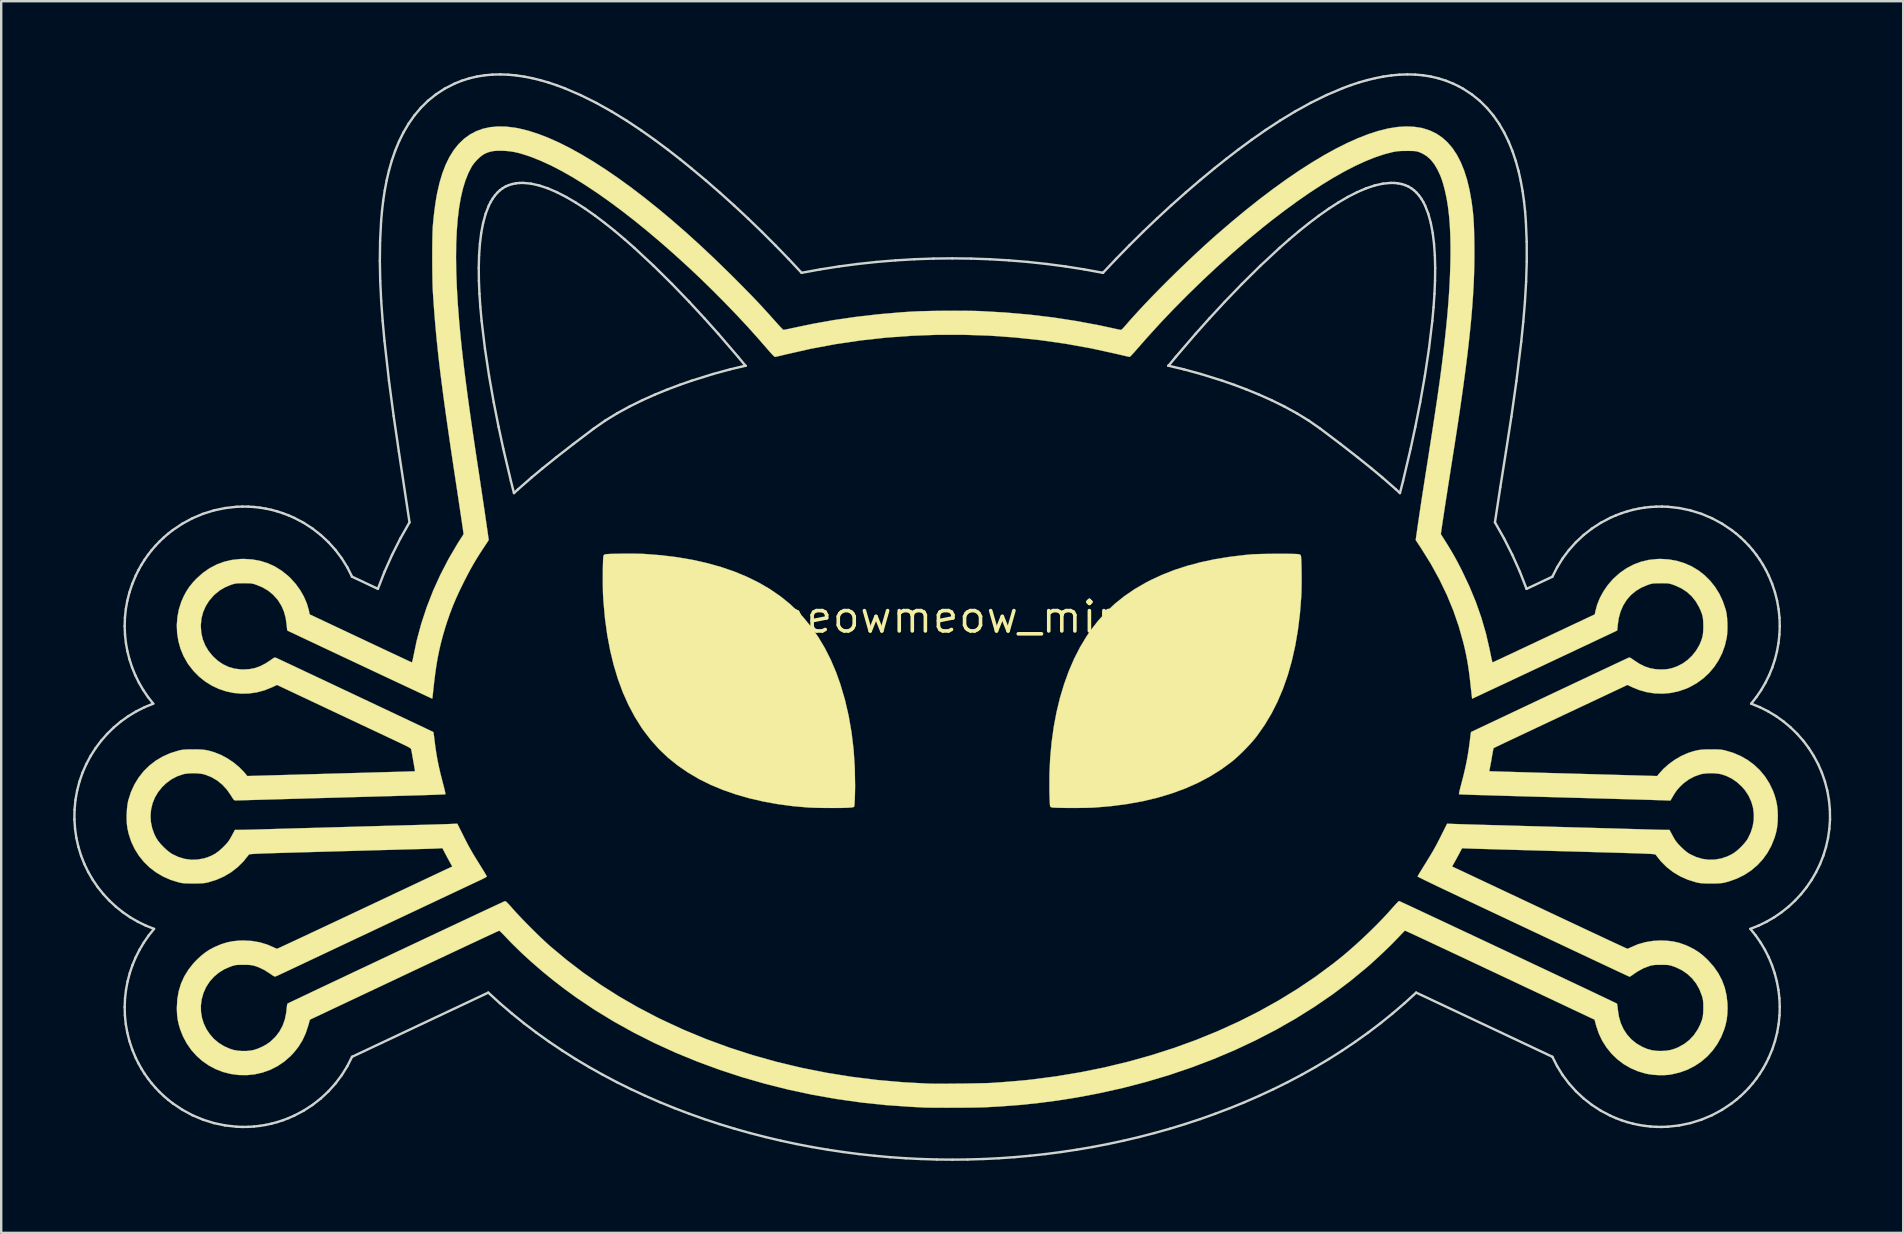
<source format=kicad_pcb>
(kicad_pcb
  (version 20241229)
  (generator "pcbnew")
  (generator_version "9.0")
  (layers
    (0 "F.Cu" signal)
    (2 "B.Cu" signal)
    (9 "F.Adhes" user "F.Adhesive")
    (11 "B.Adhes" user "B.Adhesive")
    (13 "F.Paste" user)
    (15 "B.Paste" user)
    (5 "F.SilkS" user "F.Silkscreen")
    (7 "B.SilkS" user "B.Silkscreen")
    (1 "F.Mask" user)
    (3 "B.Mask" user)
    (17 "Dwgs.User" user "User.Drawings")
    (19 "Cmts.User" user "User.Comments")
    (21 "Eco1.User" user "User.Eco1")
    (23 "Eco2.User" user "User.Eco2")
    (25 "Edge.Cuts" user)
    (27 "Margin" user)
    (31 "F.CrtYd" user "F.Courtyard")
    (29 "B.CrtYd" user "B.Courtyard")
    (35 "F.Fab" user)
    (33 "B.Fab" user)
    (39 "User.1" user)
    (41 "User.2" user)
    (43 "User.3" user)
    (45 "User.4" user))
  (footprint "meowmeow_mini"
    (layer "F.Cu")
    (at 36.621 22.656)
    (property "Reference" "meowmeow_mini" (at 0 0 0) (layer "F.SilkS") (effects (font (size 1.27 1.27) (thickness 0.15))))
    (attr through_hole)
    (fp_poly (pts (xy -13.355 -2.639) (xy -13.185 -2.638) (xy -13.027 -2.635) (xy -12.889 -2.63) (xy -12.816 -2.627) (xy -12.122 -2.573) (xy -11.455 -2.491) (xy -10.815 -2.381) (xy -10.203 -2.244) (xy -9.619 -2.08) (xy -9.065 -1.889) (xy -8.541 -1.671) (xy -8.047 -1.427) (xy -7.585 -1.157) (xy -7.154 -0.86) (xy -6.756 -0.539) (xy -6.392 -0.191) (xy -6.209 0.006) (xy -5.881 0.407) (xy -5.581 0.834) (xy -5.309 1.288) (xy -5.064 1.772) (xy -4.844 2.287) (xy -4.666 2.783) (xy -4.472 3.437) (xy -4.315 4.113) (xy -4.194 4.811) (xy -4.108 5.529) (xy -4.059 6.268) (xy -4.046 7.028) (xy -4.049 7.232) (xy -4.053 7.402) (xy -4.058 7.555) (xy -4.064 7.685) (xy -4.07 7.787) (xy -4.076 7.857) (xy -4.083 7.89) (xy -4.083 7.89) (xy -4.098 7.909) (xy -4.125 7.922) (xy -4.172 7.931) (xy -4.247 7.938) (xy -4.343 7.945) (xy -4.461 7.95) (xy -4.611 7.953) (xy -4.788 7.955) (xy -4.981 7.956) (xy -5.183 7.955) (xy -5.384 7.953) (xy -5.577 7.95) (xy -5.754 7.945) (xy -5.904 7.94) (xy -6.001 7.935) (xy -6.643 7.879) (xy -7.268 7.795) (xy -7.876 7.685) (xy -8.461 7.549) (xy -9.022 7.388) (xy -9.556 7.202) (xy -10.059 6.992) (xy -10.53 6.76) (xy -10.546 6.751) (xy -11.011 6.478) (xy -11.442 6.181) (xy -11.841 5.859) (xy -12.209 5.509) (xy -12.55 5.13) (xy -12.865 4.719) (xy -12.94 4.612) (xy -13.227 4.154) (xy -13.487 3.665) (xy -13.72 3.144) (xy -13.924 2.592) (xy -14.101 2.009) (xy -14.25 1.395) (xy -14.371 0.752) (xy -14.464 0.079) (xy -14.528 -0.624) (xy -14.543 -0.857) (xy -14.549 -0.976) (xy -14.552 -1.118) (xy -14.555 -1.278) (xy -14.557 -1.45) (xy -14.557 -1.627) (xy -14.556 -1.805) (xy -14.555 -1.977) (xy -14.552 -2.137) (xy -14.548 -2.28) (xy -14.543 -2.399) (xy -14.538 -2.49) (xy -14.531 -2.546) (xy -14.529 -2.554) (xy -14.498 -2.595) (xy -14.46 -2.611) (xy -14.405 -2.618) (xy -14.314 -2.625) (xy -14.193 -2.63) (xy -14.049 -2.634) (xy -13.886 -2.637) (xy -13.712 -2.639) (xy -13.533 -2.64) (xy -13.355 -2.639)) (stroke (width 0.01) (type solid)) (fill yes) (layer "F.SilkS"))
    (fp_poly (pts (xy 13.911 -2.634) (xy 14.07 -2.632) (xy 14.207 -2.629) (xy 14.316 -2.626) (xy 14.392 -2.621) (xy 14.418 -2.618) (xy 14.48 -2.604) (xy 14.512 -2.584) (xy 14.527 -2.549) (xy 14.528 -2.544) (xy 14.535 -2.491) (xy 14.541 -2.401) (xy 14.546 -2.282) (xy 14.551 -2.138) (xy 14.554 -1.976) (xy 14.556 -1.803) (xy 14.557 -1.624) (xy 14.557 -1.445) (xy 14.555 -1.273) (xy 14.552 -1.113) (xy 14.548 -0.972) (xy 14.543 -0.868) (xy 14.487 -0.148) (xy 14.403 0.541) (xy 14.29 1.199) (xy 14.149 1.825) (xy 13.98 2.421) (xy 13.782 2.985) (xy 13.556 3.519) (xy 13.301 4.023) (xy 13.018 4.496) (xy 12.706 4.939) (xy 12.613 5.059) (xy 12.501 5.193) (xy 12.364 5.344) (xy 12.212 5.503) (xy 12.054 5.661) (xy 11.898 5.809) (xy 11.753 5.938) (xy 11.662 6.015) (xy 11.221 6.34) (xy 10.75 6.636) (xy 10.249 6.902) (xy 9.718 7.139) (xy 9.156 7.346) (xy 8.565 7.524) (xy 7.943 7.673) (xy 7.291 7.791) (xy 6.61 7.88) (xy 5.938 7.937) (xy 5.821 7.943) (xy 5.671 7.947) (xy 5.494 7.951) (xy 5.3 7.953) (xy 5.097 7.954) (xy 4.892 7.954) (xy 4.695 7.953) (xy 4.513 7.95) (xy 4.354 7.946) (xy 4.271 7.943) (xy 4.185 7.938) (xy 4.132 7.929) (xy 4.101 7.914) (xy 4.084 7.893) (xy 4.076 7.858) (xy 4.069 7.784) (xy 4.063 7.674) (xy 4.057 7.531) (xy 4.052 7.357) (xy 4.049 7.222) (xy 4.051 6.537) (xy 4.082 5.867) (xy 4.142 5.213) (xy 4.23 4.577) (xy 4.346 3.962) (xy 4.489 3.369) (xy 4.66 2.8) (xy 4.856 2.257) (xy 5.078 1.741) (xy 5.326 1.256) (xy 5.599 0.803) (xy 5.759 0.568) (xy 6.07 0.166) (xy 6.408 -0.207) (xy 6.776 -0.553) (xy 7.174 -0.871) (xy 7.605 -1.165) (xy 8.07 -1.434) (xy 8.244 -1.525) (xy 8.733 -1.753) (xy 9.245 -1.955) (xy 9.783 -2.131) (xy 10.348 -2.282) (xy 10.942 -2.408) (xy 11.567 -2.509) (xy 12.225 -2.587) (xy 12.457 -2.608) (xy 12.551 -2.614) (xy 12.675 -2.619) (xy 12.825 -2.624) (xy 12.992 -2.628) (xy 13.173 -2.631) (xy 13.361 -2.633) (xy 13.551 -2.634) (xy 13.736 -2.634) (xy 13.911 -2.634)) (stroke (width 0.01) (type solid)) (fill yes) (layer "F.SilkS"))
    (fp_poly (pts (xy 19.232 -20.425) (xy 19.54 -20.379) (xy 19.624 -20.359) (xy 19.909 -20.266) (xy 20.173 -20.138) (xy 20.417 -19.973) (xy 20.64 -19.771) (xy 20.843 -19.533) (xy 21.025 -19.259) (xy 21.187 -18.947) (xy 21.329 -18.599) (xy 21.451 -18.214) (xy 21.552 -17.792) (xy 21.634 -17.332) (xy 21.641 -17.283) (xy 21.666 -17.1) (xy 21.687 -16.926) (xy 21.705 -16.754) (xy 21.719 -16.578) (xy 21.73 -16.391) (xy 21.739 -16.186) (xy 21.745 -15.957) (xy 21.751 -15.696) (xy 21.753 -15.507) (xy 21.755 -15.09) (xy 21.751 -14.671) (xy 21.74 -14.246) (xy 21.722 -13.812) (xy 21.696 -13.366) (xy 21.663 -12.904) (xy 21.622 -12.422) (xy 21.573 -11.919) (xy 21.516 -11.389) (xy 21.45 -10.83) (xy 21.375 -10.239) (xy 21.291 -9.611) (xy 21.239 -9.239) (xy 21.205 -9.003) (xy 21.171 -8.764) (xy 21.135 -8.518) (xy 21.096 -8.26) (xy 21.055 -7.987) (xy 21.01 -7.693) (xy 20.961 -7.374) (xy 20.906 -7.026) (xy 20.846 -6.643) (xy 20.805 -6.382) (xy 20.759 -6.091) (xy 20.714 -5.8) (xy 20.668 -5.511) (xy 20.625 -5.229) (xy 20.582 -4.957) (xy 20.542 -4.699) (xy 20.505 -4.458) (xy 20.472 -4.237) (xy 20.442 -4.04) (xy 20.416 -3.871) (xy 20.396 -3.733) (xy 20.381 -3.63) (xy 20.372 -3.565) (xy 20.371 -3.563) (xy 20.357 -3.454) (xy 20.549 -3.15) (xy 20.69 -2.923) (xy 20.817 -2.712) (xy 20.935 -2.504) (xy 21.053 -2.289) (xy 21.176 -2.052) (xy 21.239 -1.926) (xy 21.547 -1.276) (xy 21.815 -0.627) (xy 22.044 0.025) (xy 22.236 0.686) (xy 22.392 1.36) (xy 22.425 1.528) (xy 22.449 1.646) (xy 22.471 1.748) (xy 22.491 1.827) (xy 22.506 1.877) (xy 22.514 1.891) (xy 22.535 1.881) (xy 22.592 1.855) (xy 22.683 1.813) (xy 22.804 1.757) (xy 22.954 1.687) (xy 23.13 1.604) (xy 23.329 1.511) (xy 23.549 1.407) (xy 23.788 1.295) (xy 24.043 1.175) (xy 24.311 1.049) (xy 24.591 0.917) (xy 24.652 0.888) (xy 26.771 -0.11) (xy 26.796 -0.238) (xy 26.871 -0.518) (xy 26.985 -0.798) (xy 27.133 -1.07) (xy 27.312 -1.33) (xy 27.519 -1.569) (xy 27.558 -1.609) (xy 27.819 -1.841) (xy 28.097 -2.034) (xy 28.391 -2.189) (xy 28.702 -2.304) (xy 29.027 -2.38) (xy 29.368 -2.416) (xy 29.517 -2.42) (xy 29.862 -2.399) (xy 30.193 -2.339) (xy 30.509 -2.242) (xy 30.807 -2.11) (xy 31.086 -1.943) (xy 31.342 -1.744) (xy 31.574 -1.515) (xy 31.78 -1.257) (xy 31.958 -0.972) (xy 32.104 -0.662) (xy 32.218 -0.328) (xy 32.24 -0.245) (xy 32.266 -0.111) (xy 32.284 0.053) (xy 32.295 0.235) (xy 32.298 0.424) (xy 32.293 0.606) (xy 32.28 0.771) (xy 32.269 0.849) (xy 32.192 1.185) (xy 32.078 1.504) (xy 31.927 1.804) (xy 31.744 2.082) (xy 31.528 2.336) (xy 31.284 2.562) (xy 31.012 2.759) (xy 30.714 2.924) (xy 30.568 2.989) (xy 30.25 3.097) (xy 29.923 3.165) (xy 29.591 3.193) (xy 29.258 3.181) (xy 28.928 3.129) (xy 28.605 3.037) (xy 28.336 2.926) (xy 28.129 2.828) (xy 28.04 2.872) (xy 28.01 2.886) (xy 27.945 2.917) (xy 27.846 2.964) (xy 27.715 3.025) (xy 27.555 3.101) (xy 27.367 3.189) (xy 27.156 3.289) (xy 26.921 3.399) (xy 26.667 3.519) (xy 26.394 3.647) (xy 26.106 3.783) (xy 25.804 3.925) (xy 25.491 4.072) (xy 25.262 4.18) (xy 24.944 4.33) (xy 24.637 4.475) (xy 24.342 4.614) (xy 24.062 4.746) (xy 23.799 4.87) (xy 23.556 4.985) (xy 23.333 5.09) (xy 23.134 5.184) (xy 22.961 5.266) (xy 22.816 5.335) (xy 22.701 5.39) (xy 22.619 5.43) (xy 22.571 5.453) (xy 22.558 5.46) (xy 22.549 5.484) (xy 22.536 5.544) (xy 22.519 5.629) (xy 22.5 5.734) (xy 22.49 5.79) (xy 22.469 5.917) (xy 22.447 6.044) (xy 22.426 6.157) (xy 22.409 6.246) (xy 22.405 6.263) (xy 22.39 6.339) (xy 22.381 6.395) (xy 22.378 6.423) (xy 22.378 6.424) (xy 22.4 6.426) (xy 22.461 6.428) (xy 22.56 6.431) (xy 22.696 6.435) (xy 22.864 6.44) (xy 23.064 6.446) (xy 23.293 6.453) (xy 23.549 6.461) (xy 23.829 6.469) (xy 24.132 6.478) (xy 24.455 6.487) (xy 24.796 6.497) (xy 25.153 6.507) (xy 25.523 6.517) (xy 25.876 6.527) (xy 29.369 6.625) (xy 29.441 6.535) (xy 29.635 6.323) (xy 29.859 6.124) (xy 30.105 5.946) (xy 30.364 5.795) (xy 30.626 5.677) (xy 30.713 5.646) (xy 30.856 5.6) (xy 30.982 5.566) (xy 31.099 5.542) (xy 31.221 5.527) (xy 31.356 5.518) (xy 31.518 5.514) (xy 31.612 5.514) (xy 31.772 5.515) (xy 31.898 5.518) (xy 31.999 5.524) (xy 32.083 5.534) (xy 32.159 5.548) (xy 32.184 5.554) (xy 32.525 5.654) (xy 32.843 5.789) (xy 33.139 5.957) (xy 33.408 6.157) (xy 33.65 6.386) (xy 33.863 6.644) (xy 34.044 6.928) (xy 34.192 7.236) (xy 34.259 7.416) (xy 34.32 7.624) (xy 34.362 7.825) (xy 34.387 8.033) (xy 34.396 8.264) (xy 34.396 8.308) (xy 34.389 8.543) (xy 34.368 8.753) (xy 34.33 8.953) (xy 34.272 9.158) (xy 34.257 9.204) (xy 34.128 9.526) (xy 33.965 9.823) (xy 33.77 10.095) (xy 33.544 10.339) (xy 33.289 10.555) (xy 33.008 10.74) (xy 32.701 10.893) (xy 32.372 11.012) (xy 32.184 11.062) (xy 32.111 11.077) (xy 32.033 11.088) (xy 31.943 11.095) (xy 31.831 11.1) (xy 31.69 11.101) (xy 31.602 11.101) (xy 31.451 11.101) (xy 31.334 11.098) (xy 31.24 11.093) (xy 31.163 11.086) (xy 31.091 11.074) (xy 31.017 11.058) (xy 30.988 11.051) (xy 30.648 10.945) (xy 30.331 10.804) (xy 30.036 10.629) (xy 29.767 10.419) (xy 29.523 10.176) (xy 29.311 9.908) (xy 29.307 9.902) (xy 29.3 9.897) (xy 29.291 9.892) (xy 29.276 9.888) (xy 29.253 9.883) (xy 29.222 9.879) (xy 29.179 9.875) (xy 29.123 9.871) (xy 29.053 9.867) (xy 28.966 9.862) (xy 28.861 9.858) (xy 28.736 9.853) (xy 28.588 9.848) (xy 28.417 9.842) (xy 28.219 9.836) (xy 27.994 9.829) (xy 27.74 9.821) (xy 27.454 9.813) (xy 27.135 9.804) (xy 26.781 9.794) (xy 26.39 9.783) (xy 25.96 9.771) (xy 25.525 9.759) (xy 25.125 9.748) (xy 24.734 9.737) (xy 24.354 9.726) (xy 23.988 9.716) (xy 23.638 9.706) (xy 23.305 9.697) (xy 22.994 9.688) (xy 22.705 9.68) (xy 22.441 9.672) (xy 22.205 9.665) (xy 21.999 9.659) (xy 21.824 9.654) (xy 21.685 9.65) (xy 21.582 9.646) (xy 21.518 9.644) (xy 21.505 9.644) (xy 21.241 9.633) (xy 21.109 9.881) (xy 21.051 9.988) (xy 20.993 10.096) (xy 20.94 10.192) (xy 20.901 10.261) (xy 20.825 10.394) (xy 21.044 10.496) (xy 21.086 10.515) (xy 21.164 10.552) (xy 21.277 10.605) (xy 21.421 10.673) (xy 21.596 10.755) (xy 21.798 10.851) (xy 22.026 10.958) (xy 22.278 11.077) (xy 22.551 11.205) (xy 22.845 11.344) (xy 23.155 11.49) (xy 23.481 11.643) (xy 23.82 11.803) (xy 24.17 11.968) (xy 24.53 12.137) (xy 24.683 12.21) (xy 25.042 12.379) (xy 25.391 12.543) (xy 25.728 12.702) (xy 26.051 12.853) (xy 26.358 12.998) (xy 26.647 13.133) (xy 26.916 13.259) (xy 27.164 13.375) (xy 27.387 13.48) (xy 27.585 13.572) (xy 27.755 13.651) (xy 27.896 13.716) (xy 28.006 13.767) (xy 28.081 13.801) (xy 28.122 13.819) (xy 28.129 13.822) (xy 28.159 13.813) (xy 28.214 13.789) (xy 28.274 13.761) (xy 28.568 13.635) (xy 28.882 13.546) (xy 29.21 13.493) (xy 29.506 13.477) (xy 29.792 13.488) (xy 30.053 13.521) (xy 30.3 13.579) (xy 30.545 13.666) (xy 30.703 13.735) (xy 30.909 13.842) (xy 31.092 13.957) (xy 31.265 14.09) (xy 31.44 14.251) (xy 31.486 14.296) (xy 31.719 14.558) (xy 31.913 14.834) (xy 32.067 15.126) (xy 32.183 15.433) (xy 32.259 15.758) (xy 32.298 16.1) (xy 32.303 16.298) (xy 32.293 16.553) (xy 32.265 16.785) (xy 32.215 17.01) (xy 32.163 17.18) (xy 32.035 17.499) (xy 31.872 17.795) (xy 31.678 18.065) (xy 31.455 18.309) (xy 31.204 18.523) (xy 30.929 18.707) (xy 30.632 18.858) (xy 30.315 18.973) (xy 29.981 19.052) (xy 29.835 19.074) (xy 29.642 19.088) (xy 29.426 19.086) (xy 29.205 19.071) (xy 28.995 19.042) (xy 28.89 19.021) (xy 28.565 18.924) (xy 28.258 18.791) (xy 27.971 18.624) (xy 27.708 18.424) (xy 27.471 18.195) (xy 27.262 17.938) (xy 27.083 17.657) (xy 26.938 17.353) (xy 26.828 17.028) (xy 26.82 16.997) (xy 26.762 16.775) (xy 25.948 16.391) (xy 25.245 16.059) (xy 24.579 15.745) (xy 23.952 15.45) (xy 23.362 15.172) (xy 22.809 14.911) (xy 22.294 14.669) (xy 21.815 14.443) (xy 21.374 14.236) (xy 20.968 14.045) (xy 20.6 13.872) (xy 20.267 13.716) (xy 19.97 13.577) (xy 19.709 13.454) (xy 19.483 13.349) (xy 19.293 13.26) (xy 19.137 13.188) (xy 19.017 13.133) (xy 18.931 13.094) (xy 18.879 13.071) (xy 18.862 13.064) (xy 18.843 13.081) (xy 18.801 13.124) (xy 18.738 13.188) (xy 18.66 13.269) (xy 18.572 13.362) (xy 18.552 13.383) (xy 18.393 13.547) (xy 18.21 13.73) (xy 18.009 13.924) (xy 17.801 14.121) (xy 17.592 14.314) (xy 17.391 14.495) (xy 17.261 14.608) (xy 16.57 15.177) (xy 15.846 15.721) (xy 15.091 16.239) (xy 14.305 16.731) (xy 13.491 17.195) (xy 12.65 17.63) (xy 11.783 18.038) (xy 10.892 18.415) (xy 9.978 18.763) (xy 9.043 19.08) (xy 8.089 19.365) (xy 7.116 19.619) (xy 6.126 19.839) (xy 6.001 19.864) (xy 5.191 20.016) (xy 4.394 20.143) (xy 3.6 20.247) (xy 2.797 20.33) (xy 1.974 20.392) (xy 1.365 20.425) (xy 1.263 20.429) (xy 1.127 20.432) (xy 0.962 20.435) (xy 0.773 20.438) (xy 0.568 20.44) (xy 0.35 20.441) (xy 0.126 20.442) (xy -0.098 20.443) (xy -0.318 20.443) (xy -0.527 20.442) (xy -0.721 20.442) (xy -0.892 20.44) (xy -1.037 20.438) (xy -1.149 20.435) (xy -1.206 20.433) (xy -1.264 20.43) (xy -1.355 20.425) (xy -1.471 20.419) (xy -1.603 20.412) (xy -1.742 20.405) (xy -1.757 20.404) (xy -2.783 20.332) (xy -3.804 20.224) (xy -4.816 20.081) (xy -5.819 19.904) (xy -6.81 19.693) (xy -7.787 19.448) (xy -8.749 19.171) (xy -9.693 18.862) (xy -10.618 18.522) (xy -11.522 18.151) (xy -12.403 17.749) (xy -13.259 17.318) (xy -14.087 16.859) (xy -14.888 16.371) (xy -15.653 15.858) (xy -16.134 15.509) (xy -16.61 15.143) (xy -17.074 14.765) (xy -17.519 14.38) (xy -17.941 13.994) (xy -18.332 13.612) (xy -18.558 13.378) (xy -18.647 13.284) (xy -18.728 13.201) (xy -18.795 13.134) (xy -18.843 13.088) (xy -18.868 13.067) (xy -18.869 13.066) (xy -18.89 13.075) (xy -18.948 13.1) (xy -19.04 13.142) (xy -19.165 13.2) (xy -19.321 13.272) (xy -19.507 13.359) (xy -19.719 13.458) (xy -19.958 13.57) (xy -20.22 13.692) (xy -20.505 13.826) (xy -20.809 13.969) (xy -21.133 14.121) (xy -21.473 14.281) (xy -21.827 14.447) (xy -22.195 14.621) (xy -22.574 14.799) (xy -22.826 14.918) (xy -26.76 16.775) (xy -26.828 17.018) (xy -26.934 17.339) (xy -27.068 17.631) (xy -27.233 17.9) (xy -27.432 18.151) (xy -27.574 18.299) (xy -27.83 18.523) (xy -28.109 18.711) (xy -28.408 18.862) (xy -28.723 18.976) (xy -29.054 19.051) (xy -29.379 19.085) (xy -29.722 19.081) (xy -30.055 19.037) (xy -30.376 18.955) (xy -30.682 18.837) (xy -30.97 18.685) (xy -31.237 18.5) (xy -31.481 18.284) (xy -31.7 18.039) (xy -31.889 17.768) (xy -32.048 17.471) (xy -32.163 17.18) (xy -32.225 16.972) (xy -32.268 16.773) (xy -32.293 16.568) (xy -32.303 16.342) (xy -32.303 16.277) (xy -32.284 15.926) (xy -32.226 15.592) (xy -32.13 15.275) (xy -31.994 14.974) (xy -31.819 14.69) (xy -31.606 14.421) (xy -31.487 14.296) (xy -31.302 14.122) (xy -31.123 13.979) (xy -30.939 13.858) (xy -30.737 13.752) (xy -30.725 13.746) (xy -30.467 13.636) (xy -30.219 13.557) (xy -29.968 13.507) (xy -29.701 13.481) (xy -29.506 13.477) (xy -29.17 13.497) (xy -28.844 13.554) (xy -28.533 13.648) (xy -28.274 13.761) (xy -28.207 13.793) (xy -28.154 13.815) (xy -28.128 13.822) (xy -28.106 13.813) (xy -28.048 13.787) (xy -27.956 13.745) (xy -27.831 13.687) (xy -27.676 13.615) (xy -27.492 13.529) (xy -27.282 13.431) (xy -27.047 13.321) (xy -26.789 13.2) (xy -26.51 13.069) (xy -26.212 12.929) (xy -25.897 12.781) (xy -25.567 12.626) (xy -25.224 12.465) (xy -24.87 12.298) (xy -24.682 12.21) (xy -24.32 12.039) (xy -23.965 11.872) (xy -23.621 11.71) (xy -23.29 11.553) (xy -22.973 11.404) (xy -22.672 11.262) (xy -22.39 11.13) (xy -22.129 11.006) (xy -21.891 10.894) (xy -21.678 10.794) (xy -21.492 10.706) (xy -21.334 10.632) (xy -21.208 10.572) (xy -21.116 10.529) (xy -21.058 10.502) (xy -21.045 10.496) (xy -20.828 10.394) (xy -20.903 10.261) (xy -20.942 10.189) (xy -20.995 10.093) (xy -21.053 9.984) (xy -21.109 9.879) (xy -21.241 9.629) (xy -21.41 9.64) (xy -21.482 9.644) (xy -21.587 9.648) (xy -21.717 9.653) (xy -21.862 9.657) (xy -22.013 9.662) (xy -22.066 9.663) (xy -22.143 9.665) (xy -22.259 9.668) (xy -22.412 9.672) (xy -22.599 9.677) (xy -22.818 9.683) (xy -23.065 9.69) (xy -23.339 9.698) (xy -23.636 9.706) (xy -23.954 9.714) (xy -24.289 9.724) (xy -24.64 9.734) (xy -25.004 9.744) (xy -25.377 9.754) (xy -25.758 9.765) (xy -25.916 9.769) (xy -26.358 9.781) (xy -26.759 9.793) (xy -27.121 9.803) (xy -27.447 9.812) (xy -27.739 9.821) (xy -27.998 9.828) (xy -28.226 9.835) (xy -28.426 9.842) (xy -28.599 9.847) (xy -28.747 9.853) (xy -28.873 9.858) (xy -28.978 9.862) (xy -29.064 9.867) (xy -29.133 9.871) (xy -29.187 9.875) (xy -29.228 9.879) (xy -29.258 9.884) (xy -29.279 9.888) (xy -29.293 9.893) (xy -29.302 9.898) (xy -29.308 9.904) (xy -29.311 9.908) (xy -29.528 10.182) (xy -29.773 10.424) (xy -30.043 10.633) (xy -30.338 10.808) (xy -30.655 10.948) (xy -30.988 11.051) (xy -31.064 11.068) (xy -31.134 11.081) (xy -31.207 11.09) (xy -31.292 11.096) (xy -31.398 11.099) (xy -31.533 11.101) (xy -31.612 11.101) (xy -31.764 11.1) (xy -31.882 11.099) (xy -31.975 11.095) (xy -32.051 11.088) (xy -32.121 11.077) (xy -32.191 11.062) (xy -32.237 11.051) (xy -32.572 10.947) (xy -32.885 10.807) (xy -33.175 10.635) (xy -33.44 10.432) (xy -33.677 10.201) (xy -33.885 9.943) (xy -34.061 9.662) (xy -34.204 9.358) (xy -34.31 9.035) (xy -34.365 8.784) (xy -34.385 8.621) (xy -34.395 8.433) (xy -34.394 8.274) (xy -33.4 8.274) (xy -33.385 8.537) (xy -33.331 8.799) (xy -33.238 9.055) (xy -33.162 9.207) (xy -33.082 9.328) (xy -32.976 9.458) (xy -32.851 9.589) (xy -32.72 9.711) (xy -32.59 9.814) (xy -32.491 9.878) (xy -32.236 9.998) (xy -31.977 10.076) (xy -31.714 10.112) (xy -31.447 10.106) (xy -31.179 10.058) (xy -31.052 10.02) (xy -30.873 9.95) (xy -30.711 9.864) (xy -30.557 9.754) (xy -30.399 9.614) (xy -30.363 9.578) (xy -30.269 9.482) (xy -30.198 9.402) (xy -30.14 9.325) (xy -30.085 9.24) (xy -30.025 9.132) (xy -30.017 9.118) (xy -29.883 8.869) (xy -29.679 8.869) (xy -29.605 8.868) (xy -29.497 8.866) (xy -29.361 8.863) (xy -29.204 8.859) (xy -29.035 8.855) (xy -28.86 8.85) (xy -28.808 8.848) (xy -28.651 8.843) (xy -28.46 8.838) (xy -28.241 8.831) (xy -28.001 8.824) (xy -27.749 8.817) (xy -27.491 8.81) (xy -27.236 8.802) (xy -26.989 8.795) (xy -26.977 8.795) (xy -26.741 8.789) (xy -26.472 8.781) (xy -26.175 8.773) (xy -25.86 8.764) (xy -25.535 8.755) (xy -25.207 8.746) (xy -24.884 8.737) (xy -24.574 8.728) (xy -24.31 8.721) (xy -24.035 8.713) (xy -23.752 8.705) (xy -23.467 8.697) (xy -23.187 8.69) (xy -22.917 8.682) (xy -22.664 8.675) (xy -22.434 8.669) (xy -22.232 8.663) (xy -22.065 8.659) (xy -22.035 8.658) (xy -21.841 8.653) (xy -21.645 8.647) (xy -21.457 8.641) (xy -21.282 8.636) (xy -21.128 8.631) (xy -21.005 8.626) (xy -20.94 8.624) (xy -20.619 8.61) (xy -20.403 9.041) (xy -20.311 9.225) (xy -20.23 9.383) (xy -20.155 9.524) (xy -20.083 9.655) (xy -20.008 9.786) (xy -19.926 9.925) (xy -19.832 10.079) (xy -19.721 10.259) (xy -19.682 10.321) (xy -19.603 10.448) (xy -19.532 10.563) (xy -19.472 10.662) (xy -19.427 10.74) (xy -19.398 10.791) (xy -19.389 10.81) (xy -19.407 10.827) (xy -19.456 10.856) (xy -19.529 10.895) (xy -19.616 10.938) (xy -19.665 10.961) (xy -19.75 11) (xy -19.867 11.056) (xy -20.015 11.125) (xy -20.19 11.207) (xy -20.39 11.302) (xy -20.611 11.406) (xy -20.853 11.52) (xy -21.111 11.641) (xy -21.382 11.769) (xy -21.665 11.903) (xy -21.957 12.04) (xy -22.077 12.097) (xy -22.398 12.248) (xy -22.729 12.404) (xy -23.067 12.563) (xy -23.406 12.723) (xy -23.742 12.882) (xy -24.071 13.037) (xy -24.387 13.186) (xy -24.687 13.327) (xy -24.965 13.458) (xy -25.218 13.577) (xy -25.44 13.682) (xy -25.58 13.748) (xy -25.82 13.861) (xy -26.066 13.977) (xy -26.313 14.094) (xy -26.555 14.208) (xy -26.787 14.317) (xy -27.002 14.419) (xy -27.195 14.51) (xy -27.361 14.588) (xy -27.485 14.647) (xy -27.64 14.72) (xy -27.784 14.788) (xy -27.914 14.848) (xy -28.023 14.899) (xy -28.107 14.938) (xy -28.161 14.962) (xy -28.178 14.969) (xy -28.207 14.976) (xy -28.238 14.972) (xy -28.278 14.953) (xy -28.336 14.916) (xy -28.41 14.864) (xy -28.656 14.706) (xy -28.9 14.59) (xy -29.056 14.536) (xy -29.13 14.517) (xy -29.202 14.503) (xy -29.28 14.495) (xy -29.377 14.49) (xy -29.503 14.489) (xy -29.538 14.489) (xy -29.663 14.49) (xy -29.757 14.493) (xy -29.83 14.498) (xy -29.893 14.509) (xy -29.957 14.526) (xy -30.033 14.551) (xy -30.057 14.559) (xy -30.314 14.669) (xy -30.548 14.811) (xy -30.756 14.985) (xy -30.935 15.186) (xy -31.082 15.412) (xy -31.194 15.659) (xy -31.268 15.921) (xy -31.302 16.184) (xy -31.298 16.443) (xy -31.257 16.696) (xy -31.181 16.938) (xy -31.072 17.167) (xy -30.931 17.379) (xy -30.762 17.571) (xy -30.565 17.738) (xy -30.342 17.878) (xy -30.096 17.987) (xy -29.94 18.036) (xy -29.772 18.067) (xy -29.582 18.082) (xy -29.386 18.079) (xy -29.201 18.059) (xy -29.094 18.036) (xy -28.917 17.978) (xy -28.735 17.897) (xy -28.561 17.8) (xy -28.412 17.695) (xy -28.401 17.686) (xy -28.198 17.492) (xy -28.032 17.276) (xy -27.901 17.037) (xy -27.806 16.775) (xy -27.747 16.492) (xy -27.732 16.355) (xy -27.723 16.26) (xy -27.712 16.181) (xy -27.702 16.127) (xy -27.694 16.108) (xy -27.673 16.097) (xy -27.616 16.069) (xy -27.525 16.025) (xy -27.401 15.966) (xy -27.247 15.893) (xy -27.066 15.806) (xy -26.858 15.707) (xy -26.626 15.597) (xy -26.372 15.477) (xy -26.098 15.347) (xy -25.806 15.21) (xy -25.499 15.064) (xy -25.178 14.912) (xy -24.845 14.755) (xy -24.502 14.593) (xy -24.151 14.428) (xy -23.795 14.26) (xy -23.436 14.09) (xy -23.075 13.92) (xy -22.714 13.75) (xy -22.356 13.582) (xy -22.002 13.415) (xy -21.656 13.252) (xy -21.317 13.093) (xy -20.99 12.939) (xy -20.675 12.791) (xy -20.375 12.65) (xy -20.092 12.517) (xy -19.828 12.393) (xy -19.585 12.279) (xy -19.365 12.176) (xy -19.17 12.085) (xy -19.002 12.007) (xy -18.863 11.942) (xy -18.755 11.892) (xy -18.681 11.858) (xy -18.642 11.84) (xy -18.636 11.838) (xy -18.615 11.841) (xy -18.585 11.86) (xy -18.542 11.898) (xy -18.484 11.958) (xy -18.405 12.045) (xy -18.32 12.143) (xy -18.196 12.281) (xy -18.047 12.441) (xy -17.879 12.617) (xy -17.698 12.803) (xy -17.51 12.992) (xy -17.322 13.178) (xy -17.139 13.355) (xy -16.967 13.517) (xy -16.814 13.658) (xy -16.736 13.726) (xy -16.059 14.291) (xy -15.362 14.824) (xy -14.64 15.326) (xy -13.892 15.801) (xy -13.113 16.25) (xy -12.302 16.675) (xy -12.118 16.766) (xy -11.197 17.193) (xy -10.254 17.583) (xy -9.29 17.937) (xy -8.306 18.255) (xy -7.303 18.536) (xy -6.28 18.78) (xy -5.24 18.987) (xy -4.183 19.157) (xy -3.109 19.29) (xy -2.019 19.385) (xy -0.995 19.439) (xy -0.895 19.441) (xy -0.76 19.443) (xy -0.594 19.444) (xy -0.404 19.444) (xy -0.195 19.443) (xy 0.027 19.441) (xy 0.256 19.439) (xy 0.487 19.437) (xy 0.713 19.434) (xy 0.929 19.43) (xy 1.129 19.426) (xy 1.308 19.422) (xy 1.459 19.418) (xy 1.577 19.413) (xy 1.63 19.411) (xy 1.823 19.398) (xy 2.037 19.383) (xy 2.264 19.365) (xy 2.496 19.346) (xy 2.722 19.327) (xy 2.934 19.308) (xy 3.123 19.29) (xy 3.28 19.273) (xy 3.302 19.271) (xy 4.337 19.135) (xy 5.355 18.965) (xy 6.356 18.762) (xy 7.337 18.525) (xy 8.3 18.256) (xy 9.241 17.954) (xy 10.16 17.621) (xy 11.055 17.256) (xy 11.926 16.861) (xy 12.772 16.435) (xy 13.591 15.979) (xy 14.382 15.494) (xy 15.144 14.98) (xy 15.876 14.437) (xy 16.178 14.197) (xy 16.458 13.964) (xy 16.751 13.707) (xy 17.05 13.435) (xy 17.347 13.154) (xy 17.636 12.87) (xy 17.909 12.591) (xy 18.158 12.324) (xy 18.318 12.144) (xy 18.403 12.048) (xy 18.48 11.964) (xy 18.544 11.896) (xy 18.59 11.851) (xy 18.615 11.832) (xy 18.616 11.832) (xy 18.637 11.841) (xy 18.694 11.867) (xy 18.786 11.909) (xy 18.91 11.967) (xy 19.064 12.038) (xy 19.245 12.123) (xy 19.453 12.22) (xy 19.685 12.329) (xy 19.939 12.448) (xy 20.213 12.576) (xy 20.505 12.713) (xy 20.813 12.858) (xy 21.134 13.009) (xy 21.467 13.165) (xy 21.81 13.326) (xy 22.161 13.491) (xy 22.517 13.659) (xy 22.877 13.828) (xy 23.238 13.998) (xy 23.599 14.168) (xy 23.957 14.337) (xy 24.311 14.504) (xy 24.659 14.668) (xy 24.997 14.827) (xy 25.325 14.982) (xy 25.64 15.131) (xy 25.941 15.273) (xy 26.225 15.407) (xy 26.49 15.532) (xy 26.734 15.648) (xy 26.955 15.753) (xy 27.151 15.846) (xy 27.32 15.926) (xy 27.46 15.993) (xy 27.569 16.046) (xy 27.645 16.082) (xy 27.686 16.103) (xy 27.693 16.106) (xy 27.702 16.133) (xy 27.712 16.193) (xy 27.723 16.276) (xy 27.73 16.354) (xy 27.775 16.648) (xy 27.854 16.921) (xy 27.967 17.17) (xy 28.113 17.394) (xy 28.291 17.592) (xy 28.499 17.762) (xy 28.737 17.902) (xy 28.767 17.917) (xy 28.959 17.996) (xy 29.146 18.048) (xy 29.343 18.075) (xy 29.517 18.081) (xy 29.733 18.071) (xy 29.927 18.039) (xy 30.114 17.982) (xy 30.266 17.917) (xy 30.507 17.781) (xy 30.719 17.614) (xy 30.901 17.417) (xy 31.055 17.189) (xy 31.137 17.032) (xy 31.196 16.897) (xy 31.239 16.777) (xy 31.268 16.662) (xy 31.284 16.538) (xy 31.292 16.393) (xy 31.293 16.277) (xy 31.292 16.149) (xy 31.288 16.052) (xy 31.281 15.974) (xy 31.268 15.903) (xy 31.249 15.829) (xy 31.234 15.78) (xy 31.132 15.514) (xy 30.997 15.273) (xy 30.829 15.059) (xy 30.632 14.873) (xy 30.408 14.718) (xy 30.156 14.596) (xy 30.062 14.561) (xy 29.979 14.533) (xy 29.912 14.514) (xy 29.85 14.501) (xy 29.781 14.494) (xy 29.695 14.491) (xy 29.581 14.489) (xy 29.538 14.489) (xy 29.404 14.49) (xy 29.301 14.493) (xy 29.219 14.501) (xy 29.147 14.513) (xy 29.074 14.531) (xy 29.056 14.536) (xy 28.808 14.629) (xy 28.558 14.764) (xy 28.413 14.862) (xy 28.339 14.914) (xy 28.277 14.956) (xy 28.236 14.981) (xy 28.224 14.986) (xy 28.218 14.984) (xy 28.202 14.978) (xy 28.176 14.966) (xy 28.138 14.949) (xy 28.087 14.925) (xy 28.02 14.895) (xy 27.938 14.856) (xy 27.837 14.809) (xy 27.718 14.754) (xy 27.578 14.688) (xy 27.417 14.612) (xy 27.232 14.526) (xy 27.023 14.427) (xy 26.787 14.316) (xy 26.525 14.193) (xy 26.233 14.055) (xy 25.911 13.904) (xy 25.558 13.737) (xy 25.171 13.555) (xy 24.75 13.357) (xy 24.294 13.142) (xy 23.918 12.965) (xy 23.626 12.827) (xy 23.305 12.676) (xy 22.965 12.515) (xy 22.613 12.349) (xy 22.257 12.182) (xy 21.906 12.016) (xy 21.566 11.856) (xy 21.247 11.706) (xy 20.955 11.568) (xy 20.876 11.531) (xy 20.641 11.42) (xy 20.417 11.314) (xy 20.208 11.214) (xy 20.016 11.122) (xy 19.844 11.039) (xy 19.695 10.967) (xy 19.573 10.906) (xy 19.479 10.859) (xy 19.417 10.827) (xy 19.39 10.811) (xy 19.389 10.81) (xy 19.399 10.787) (xy 19.43 10.734) (xy 19.477 10.654) (xy 19.538 10.554) (xy 19.609 10.438) (xy 19.682 10.321) (xy 19.799 10.133) (xy 19.898 9.971) (xy 19.983 9.829) (xy 20.06 9.696) (xy 20.133 9.566) (xy 20.206 9.429) (xy 20.284 9.277) (xy 20.373 9.102) (xy 20.403 9.041) (xy 20.618 8.611) (xy 20.961 8.624) (xy 21.067 8.628) (xy 21.206 8.632) (xy 21.372 8.637) (xy 21.557 8.643) (xy 21.751 8.649) (xy 21.948 8.654) (xy 22.066 8.658) (xy 22.247 8.663) (xy 22.462 8.669) (xy 22.703 8.675) (xy 22.961 8.682) (xy 23.228 8.69) (xy 23.495 8.697) (xy 23.755 8.705) (xy 23.95 8.71) (xy 24.174 8.716) (xy 24.432 8.723) (xy 24.718 8.731) (xy 25.023 8.74) (xy 25.342 8.749) (xy 25.665 8.758) (xy 25.986 8.767) (xy 26.297 8.775) (xy 26.591 8.783) (xy 26.617 8.784) (xy 26.892 8.792) (xy 27.171 8.8) (xy 27.45 8.807) (xy 27.722 8.815) (xy 27.983 8.823) (xy 28.225 8.83) (xy 28.445 8.836) (xy 28.636 8.841) (xy 28.792 8.846) (xy 28.847 8.848) (xy 29.023 8.853) (xy 29.193 8.858) (xy 29.352 8.862) (xy 29.491 8.865) (xy 29.604 8.868) (xy 29.685 8.869) (xy 29.708 8.869) (xy 29.883 8.869) (xy 30.017 9.118) (xy 30.079 9.228) (xy 30.133 9.316) (xy 30.191 9.393) (xy 30.26 9.472) (xy 30.351 9.566) (xy 30.363 9.578) (xy 30.501 9.708) (xy 30.623 9.807) (xy 30.734 9.878) (xy 30.988 9.997) (xy 31.248 10.075) (xy 31.512 10.112) (xy 31.777 10.106) (xy 32.04 10.06) (xy 32.299 9.972) (xy 32.491 9.878) (xy 32.611 9.799) (xy 32.742 9.693) (xy 32.873 9.57) (xy 32.993 9.44) (xy 33.094 9.313) (xy 33.145 9.234) (xy 33.267 8.983) (xy 33.349 8.724) (xy 33.393 8.462) (xy 33.397 8.2) (xy 33.363 7.941) (xy 33.291 7.69) (xy 33.181 7.45) (xy 33.035 7.225) (xy 32.907 7.075) (xy 32.699 6.883) (xy 32.476 6.73) (xy 32.237 6.614) (xy 32.036 6.549) (xy 31.911 6.526) (xy 31.759 6.512) (xy 31.594 6.508) (xy 31.431 6.514) (xy 31.284 6.53) (xy 31.189 6.549) (xy 30.932 6.638) (xy 30.69 6.765) (xy 30.469 6.927) (xy 30.348 7.041) (xy 30.266 7.127) (xy 30.2 7.205) (xy 30.14 7.287) (xy 30.077 7.385) (xy 30.02 7.48) (xy 29.922 7.647) (xy 29.55 7.633) (xy 29.467 7.631) (xy 29.346 7.627) (xy 29.191 7.622) (xy 29.007 7.616) (xy 28.799 7.61) (xy 28.57 7.604) (xy 28.325 7.597) (xy 28.068 7.589) (xy 27.805 7.582) (xy 27.601 7.576) (xy 26.968 7.559) (xy 26.376 7.542) (xy 25.824 7.527) (xy 25.31 7.513) (xy 24.833 7.499) (xy 24.392 7.487) (xy 23.985 7.476) (xy 23.612 7.465) (xy 23.271 7.455) (xy 22.961 7.446) (xy 22.68 7.438) (xy 22.427 7.431) (xy 22.201 7.424) (xy 22.001 7.418) (xy 21.824 7.413) (xy 21.671 7.408) (xy 21.54 7.403) (xy 21.428 7.399) (xy 21.336 7.396) (xy 21.262 7.393) (xy 21.204 7.39) (xy 21.162 7.388) (xy 21.133 7.386) (xy 21.118 7.384) (xy 21.113 7.383) (xy 21.114 7.359) (xy 21.125 7.301) (xy 21.144 7.215) (xy 21.17 7.108) (xy 21.202 6.986) (xy 21.206 6.97) (xy 21.292 6.639) (xy 21.364 6.336) (xy 21.425 6.053) (xy 21.476 5.778) (xy 21.52 5.501) (xy 21.559 5.212) (xy 21.567 5.147) (xy 21.581 5.031) (xy 21.594 4.93) (xy 21.605 4.853) (xy 21.613 4.805) (xy 21.616 4.793) (xy 21.635 4.783) (xy 21.691 4.757) (xy 21.78 4.714) (xy 21.9 4.657) (xy 22.049 4.587) (xy 22.224 4.504) (xy 22.423 4.41) (xy 22.643 4.306) (xy 22.883 4.192) (xy 23.14 4.071) (xy 23.41 3.943) (xy 23.693 3.81) (xy 23.985 3.672) (xy 24.285 3.53) (xy 24.589 3.387) (xy 24.895 3.242) (xy 25.202 3.097) (xy 25.506 2.954) (xy 25.805 2.813) (xy 26.097 2.675) (xy 26.38 2.542) (xy 26.65 2.414) (xy 26.906 2.294) (xy 27.145 2.181) (xy 27.365 2.078) (xy 27.563 1.984) (xy 27.738 1.902) (xy 27.886 1.833) (xy 28.005 1.777) (xy 28.093 1.736) (xy 28.147 1.71) (xy 28.164 1.703) (xy 28.195 1.691) (xy 28.222 1.689) (xy 28.255 1.701) (xy 28.302 1.729) (xy 28.371 1.777) (xy 28.407 1.803) (xy 28.633 1.95) (xy 28.853 2.059) (xy 29.074 2.133) (xy 29.303 2.175) (xy 29.517 2.186) (xy 29.7 2.181) (xy 29.86 2.161) (xy 30.015 2.122) (xy 30.181 2.063) (xy 30.21 2.051) (xy 30.431 1.938) (xy 30.638 1.789) (xy 30.825 1.61) (xy 30.988 1.406) (xy 31.12 1.183) (xy 31.167 1.082) (xy 31.217 0.953) (xy 31.253 0.836) (xy 31.276 0.718) (xy 31.288 0.586) (xy 31.293 0.429) (xy 31.293 0.381) (xy 31.29 0.215) (xy 31.28 0.079) (xy 31.26 -0.041) (xy 31.227 -0.156) (xy 31.177 -0.28) (xy 31.116 -0.413) (xy 30.977 -0.653) (xy 30.81 -0.862) (xy 30.613 -1.042) (xy 30.387 -1.191) (xy 30.13 -1.31) (xy 30.072 -1.331) (xy 29.989 -1.36) (xy 29.924 -1.38) (xy 29.865 -1.394) (xy 29.802 -1.402) (xy 29.726 -1.406) (xy 29.625 -1.407) (xy 29.517 -1.407) (xy 29.388 -1.406) (xy 29.292 -1.404) (xy 29.217 -1.399) (xy 29.155 -1.39) (xy 29.095 -1.376) (xy 29.026 -1.354) (xy 28.972 -1.336) (xy 28.71 -1.225) (xy 28.477 -1.083) (xy 28.272 -0.912) (xy 28.098 -0.712) (xy 27.956 -0.485) (xy 27.846 -0.233) (xy 27.769 0.043) (xy 27.729 0.315) (xy 27.72 0.411) (xy 27.712 0.49) (xy 27.706 0.543) (xy 27.702 0.561) (xy 27.682 0.571) (xy 27.626 0.598) (xy 27.536 0.641) (xy 27.416 0.698) (xy 27.268 0.768) (xy 27.094 0.85) (xy 26.896 0.943) (xy 26.678 1.046) (xy 26.442 1.158) (xy 26.19 1.276) (xy 25.924 1.401) (xy 25.648 1.532) (xy 25.363 1.665) (xy 25.073 1.802) (xy 24.779 1.94) (xy 24.485 2.079) (xy 24.192 2.216) (xy 23.903 2.352) (xy 23.621 2.484) (xy 23.348 2.613) (xy 23.087 2.735) (xy 22.84 2.851) (xy 22.61 2.959) (xy 22.398 3.058) (xy 22.208 3.147) (xy 22.043 3.225) (xy 21.904 3.29) (xy 21.794 3.341) (xy 21.715 3.377) (xy 21.671 3.398) (xy 21.661 3.402) (xy 21.658 3.38) (xy 21.651 3.322) (xy 21.64 3.234) (xy 21.628 3.12) (xy 21.613 2.988) (xy 21.601 2.878) (xy 21.566 2.563) (xy 21.53 2.28) (xy 21.492 2.021) (xy 21.45 1.775) (xy 21.403 1.535) (xy 21.349 1.289) (xy 21.291 1.052) (xy 21.104 0.387) (xy 20.877 -0.27) (xy 20.608 -0.921) (xy 20.298 -1.565) (xy 19.947 -2.204) (xy 19.553 -2.838) (xy 19.526 -2.88) (xy 19.309 -3.209) (xy 19.411 -3.917) (xy 19.439 -4.107) (xy 19.472 -4.329) (xy 19.508 -4.571) (xy 19.546 -4.824) (xy 19.585 -5.077) (xy 19.623 -5.319) (xy 19.651 -5.503) (xy 19.735 -6.037) (xy 19.813 -6.531) (xy 19.884 -6.989) (xy 19.95 -7.412) (xy 20.011 -7.804) (xy 20.066 -8.167) (xy 20.117 -8.504) (xy 20.164 -8.816) (xy 20.207 -9.107) (xy 20.246 -9.38) (xy 20.283 -9.636) (xy 20.317 -9.878) (xy 20.348 -10.11) (xy 20.377 -10.332) (xy 20.405 -10.549) (xy 20.432 -10.762) (xy 20.457 -10.975) (xy 20.482 -11.189) (xy 20.507 -11.407) (xy 20.52 -11.516) (xy 20.581 -12.089) (xy 20.633 -12.628) (xy 20.675 -13.138) (xy 20.708 -13.628) (xy 20.733 -14.103) (xy 20.75 -14.57) (xy 20.758 -14.912) (xy 20.761 -15.418) (xy 20.752 -15.886) (xy 20.732 -16.32) (xy 20.699 -16.723) (xy 20.654 -17.097) (xy 20.597 -17.446) (xy 20.526 -17.772) (xy 20.5 -17.875) (xy 20.448 -18.066) (xy 20.396 -18.228) (xy 20.341 -18.375) (xy 20.277 -18.519) (xy 20.213 -18.648) (xy 20.081 -18.871) (xy 19.933 -19.055) (xy 19.769 -19.202) (xy 19.586 -19.313) (xy 19.467 -19.364) (xy 19.409 -19.384) (xy 19.356 -19.398) (xy 19.301 -19.408) (xy 19.235 -19.414) (xy 19.149 -19.417) (xy 19.034 -19.419) (xy 18.944 -19.419) (xy 18.793 -19.418) (xy 18.672 -19.414) (xy 18.572 -19.407) (xy 18.482 -19.395) (xy 18.389 -19.379) (xy 18.352 -19.371) (xy 17.992 -19.278) (xy 17.61 -19.15) (xy 17.206 -18.987) (xy 16.781 -18.791) (xy 16.336 -18.561) (xy 15.871 -18.298) (xy 15.388 -18.002) (xy 14.886 -17.675) (xy 14.368 -17.315) (xy 13.833 -16.924) (xy 13.282 -16.503) (xy 12.954 -16.242) (xy 12.328 -15.727) (xy 11.695 -15.182) (xy 11.061 -14.614) (xy 10.433 -14.027) (xy 9.816 -13.428) (xy 9.216 -12.822) (xy 8.641 -12.216) (xy 8.095 -11.615) (xy 7.772 -11.246) (xy 7.675 -11.135) (xy 7.587 -11.035) (xy 7.51 -10.952) (xy 7.45 -10.888) (xy 7.409 -10.848) (xy 7.394 -10.837) (xy 7.367 -10.842) (xy 7.304 -10.855) (xy 7.212 -10.876) (xy 7.097 -10.903) (xy 6.963 -10.934) (xy 6.837 -10.964) (xy 5.797 -11.192) (xy 4.744 -11.382) (xy 3.682 -11.534) (xy 2.613 -11.647) (xy 1.539 -11.723) (xy 0.463 -11.759) (xy -0.612 -11.758) (xy -1.684 -11.718) (xy -2.751 -11.64) (xy -3.81 -11.524) (xy -4.858 -11.369) (xy -5.893 -11.176) (xy -6.912 -10.945) (xy -6.917 -10.944) (xy -7.048 -10.912) (xy -7.166 -10.884) (xy -7.266 -10.861) (xy -7.339 -10.845) (xy -7.381 -10.838) (xy -7.385 -10.837) (xy -7.412 -10.853) (xy -7.463 -10.9) (xy -7.533 -10.974) (xy -7.621 -11.072) (xy -7.707 -11.171) (xy -8.108 -11.632) (xy -8.538 -12.11) (xy -8.992 -12.597) (xy -9.464 -13.087) (xy -9.947 -13.574) (xy -10.436 -14.052) (xy -10.923 -14.513) (xy -10.997 -14.582) (xy -11.577 -15.109) (xy -12.147 -15.61) (xy -12.708 -16.084) (xy -13.257 -16.53) (xy -13.795 -16.947) (xy -14.319 -17.335) (xy -14.828 -17.693) (xy -15.322 -18.019) (xy -15.799 -18.314) (xy -16.259 -18.576) (xy -16.7 -18.805) (xy -17.121 -18.999) (xy -17.52 -19.159) (xy -17.662 -19.209) (xy -17.886 -19.282) (xy -18.082 -19.337) (xy -18.262 -19.377) (xy -18.436 -19.404) (xy -18.615 -19.42) (xy -18.714 -19.425) (xy -18.909 -19.427) (xy -19.073 -19.418) (xy -19.215 -19.395) (xy -19.346 -19.356) (xy -19.475 -19.301) (xy -19.478 -19.299) (xy -19.586 -19.232) (xy -19.704 -19.136) (xy -19.82 -19.021) (xy -19.927 -18.897) (xy -20.015 -18.772) (xy -20.022 -18.759) (xy -20.159 -18.494) (xy -20.28 -18.191) (xy -20.385 -17.848) (xy -20.473 -17.468) (xy -20.545 -17.049) (xy -20.601 -16.59) (xy -20.641 -16.094) (xy -20.665 -15.558) (xy -20.672 -14.984) (xy -20.663 -14.37) (xy -20.638 -13.718) (xy -20.597 -13.027) (xy -20.542 -12.319) (xy -20.51 -11.965) (xy -20.475 -11.604) (xy -20.436 -11.233) (xy -20.394 -10.851) (xy -20.347 -10.454) (xy -20.296 -10.038) (xy -20.24 -9.602) (xy -20.179 -9.142) (xy -20.112 -8.656) (xy -20.039 -8.141) (xy -19.959 -7.593) (xy -19.873 -7.01) (xy -19.78 -6.39) (xy -19.748 -6.181) (xy -19.707 -5.913) (xy -19.666 -5.637) (xy -19.624 -5.357) (xy -19.582 -5.081) (xy -19.543 -4.815) (xy -19.505 -4.565) (xy -19.472 -4.339) (xy -19.443 -4.141) (xy -19.421 -3.991) (xy -19.309 -3.209) (xy -19.526 -2.88) (xy -19.687 -2.633) (xy -19.829 -2.405) (xy -19.959 -2.186) (xy -20.085 -1.962) (xy -20.213 -1.721) (xy -20.331 -1.492) (xy -20.51 -1.128) (xy -20.667 -0.786) (xy -20.807 -0.456) (xy -20.932 -0.127) (xy -21.049 0.211) (xy -21.112 0.408) (xy -21.208 0.732) (xy -21.292 1.045) (xy -21.366 1.356) (xy -21.431 1.672) (xy -21.488 2.002) (xy -21.539 2.353) (xy -21.586 2.735) (xy -21.612 2.974) (xy -21.626 3.102) (xy -21.638 3.216) (xy -21.649 3.307) (xy -21.656 3.371) (xy -21.661 3.4) (xy -21.661 3.401) (xy -21.68 3.393) (xy -21.735 3.368) (xy -21.824 3.327) (xy -21.943 3.271) (xy -22.09 3.202) (xy -22.263 3.121) (xy -22.46 3.029) (xy -22.677 2.927) (xy -22.913 2.817) (xy -23.165 2.699) (xy -23.43 2.574) (xy -23.706 2.445) (xy -23.99 2.311) (xy -24.28 2.175) (xy -24.574 2.037) (xy -24.868 1.898) (xy -25.161 1.76) (xy -25.45 1.625) (xy -25.732 1.492) (xy -26.006 1.363) (xy -26.267 1.24) (xy -26.515 1.123) (xy -26.746 1.014) (xy -26.958 0.914) (xy -27.149 0.824) (xy -27.315 0.746) (xy -27.455 0.679) (xy -27.567 0.627) (xy -27.646 0.589) (xy -27.692 0.567) (xy -27.702 0.561) (xy -27.706 0.54) (xy -27.713 0.484) (xy -27.721 0.404) (xy -27.73 0.315) (xy -27.77 0.032) (xy -27.84 -0.224) (xy -27.94 -0.458) (xy -28.072 -0.673) (xy -28.121 -0.739) (xy -28.3 -0.936) (xy -28.503 -1.101) (xy -28.734 -1.236) (xy -28.962 -1.331) (xy -29.044 -1.36) (xy -29.11 -1.38) (xy -29.169 -1.394) (xy -29.232 -1.402) (xy -29.309 -1.406) (xy -29.409 -1.407) (xy -29.517 -1.407) (xy -29.646 -1.407) (xy -29.742 -1.405) (xy -29.817 -1.4) (xy -29.879 -1.39) (xy -29.939 -1.376) (xy -30.007 -1.355) (xy -30.057 -1.338) (xy -30.298 -1.237) (xy -30.513 -1.111) (xy -30.711 -0.951) (xy -30.776 -0.889) (xy -30.958 -0.678) (xy -31.103 -0.448) (xy -31.21 -0.201) (xy -31.278 0.06) (xy -31.305 0.334) (xy -31.305 0.381) (xy -31.285 0.659) (xy -31.225 0.924) (xy -31.125 1.175) (xy -30.986 1.409) (xy -30.809 1.626) (xy -30.802 1.634) (xy -30.596 1.823) (xy -30.376 1.971) (xy -30.142 2.081) (xy -29.892 2.152) (xy -29.624 2.184) (xy -29.517 2.186) (xy -29.274 2.171) (xy -29.046 2.126) (xy -28.825 2.047) (xy -28.605 1.933) (xy -28.407 1.803) (xy -28.327 1.746) (xy -28.272 1.71) (xy -28.235 1.692) (xy -28.206 1.689) (xy -28.177 1.697) (xy -28.164 1.703) (xy -28.134 1.717) (xy -28.069 1.747) (xy -27.971 1.793) (xy -27.842 1.853) (xy -27.686 1.927) (xy -27.503 2.012) (xy -27.298 2.109) (xy -27.072 2.216) (xy -26.827 2.331) (xy -26.566 2.454) (xy -26.292 2.583) (xy -26.006 2.718) (xy -25.712 2.857) (xy -25.411 2.999) (xy -25.106 3.142) (xy -24.799 3.287) (xy -24.493 3.432) (xy -24.19 3.575) (xy -23.893 3.715) (xy -23.603 3.852) (xy -23.324 3.984) (xy -23.057 4.11) (xy -22.806 4.228) (xy -22.572 4.339) (xy -22.358 4.44) (xy -22.166 4.531) (xy -21.999 4.61) (xy -21.859 4.677) (xy -21.749 4.729) (xy -21.67 4.767) (xy -21.626 4.788) (xy -21.616 4.793) (xy -21.611 4.816) (xy -21.602 4.874) (xy -21.59 4.959) (xy -21.576 5.065) (xy -21.567 5.147) (xy -21.531 5.43) (xy -21.491 5.694) (xy -21.446 5.95) (xy -21.393 6.21) (xy -21.331 6.483) (xy -21.256 6.78) (xy -21.217 6.929) (xy -21.183 7.059) (xy -21.154 7.175) (xy -21.132 7.271) (xy -21.118 7.341) (xy -21.112 7.379) (xy -21.113 7.383) (xy -21.136 7.386) (xy -21.198 7.39) (xy -21.294 7.395) (xy -21.422 7.4) (xy -21.578 7.406) (xy -21.757 7.412) (xy -21.957 7.419) (xy -22.174 7.426) (xy -22.403 7.432) (xy -22.422 7.433) (xy -22.673 7.44) (xy -22.922 7.447) (xy -23.172 7.454) (xy -23.425 7.461) (xy -23.686 7.468) (xy -23.956 7.476) (xy -24.238 7.484) (xy -24.536 7.492) (xy -24.853 7.501) (xy -25.191 7.51) (xy -25.553 7.521) (xy -25.942 7.532) (xy -26.361 7.543) (xy -26.813 7.556) (xy -27.3 7.57) (xy -27.827 7.585) (xy -27.961 7.589) (xy -28.239 7.597) (xy -28.505 7.604) (xy -28.756 7.611) (xy -28.99 7.618) (xy -29.203 7.623) (xy -29.393 7.629) (xy -29.555 7.633) (xy -29.687 7.637) (xy -29.785 7.639) (xy -29.847 7.641) (xy -29.869 7.641) (xy -29.896 7.636) (xy -29.923 7.618) (xy -29.955 7.58) (xy -29.998 7.516) (xy -30.048 7.435) (xy -30.216 7.194) (xy -30.408 6.985) (xy -30.623 6.811) (xy -30.857 6.673) (xy -31.109 6.572) (xy -31.189 6.549) (xy -31.314 6.526) (xy -31.466 6.512) (xy -31.63 6.508) (xy -31.793 6.514) (xy -31.941 6.53) (xy -32.036 6.549) (xy -32.29 6.636) (xy -32.526 6.76) (xy -32.745 6.921) (xy -32.907 7.075) (xy -33.079 7.286) (xy -33.216 7.516) (xy -33.315 7.76) (xy -33.376 8.014) (xy -33.4 8.274) (xy -34.394 8.274) (xy -34.394 8.232) (xy -34.383 8.03) (xy -34.364 7.841) (xy -34.335 7.677) (xy -34.324 7.631) (xy -34.215 7.292) (xy -34.071 6.978) (xy -33.894 6.688) (xy -33.686 6.425) (xy -33.448 6.19) (xy -33.183 5.985) (xy -32.89 5.812) (xy -32.573 5.671) (xy -32.233 5.566) (xy -32.184 5.554) (xy -32.109 5.538) (xy -32.028 5.527) (xy -31.934 5.52) (xy -31.817 5.516) (xy -31.669 5.514) (xy -31.612 5.514) (xy -31.434 5.516) (xy -31.286 5.522) (xy -31.159 5.533) (xy -31.041 5.553) (xy -30.921 5.582) (xy -30.788 5.621) (xy -30.713 5.646) (xy -30.452 5.751) (xy -30.192 5.892) (xy -29.941 6.061) (xy -29.708 6.253) (xy -29.504 6.461) (xy -29.441 6.535) (xy -29.369 6.625) (xy -26.755 6.552) (xy -26.406 6.542) (xy -26.055 6.532) (xy -25.707 6.522) (xy -25.365 6.513) (xy -25.033 6.503) (xy -24.716 6.495) (xy -24.415 6.486) (xy -24.137 6.478) (xy -23.884 6.471) (xy -23.66 6.465) (xy -23.469 6.459) (xy -23.315 6.455) (xy -23.262 6.454) (xy -23.074 6.448) (xy -22.899 6.443) (xy -22.743 6.439) (xy -22.609 6.434) (xy -22.502 6.431) (xy -22.426 6.428) (xy -22.386 6.427) (xy -22.381 6.426) (xy -22.384 6.406) (xy -22.392 6.351) (xy -22.406 6.269) (xy -22.423 6.167) (xy -22.443 6.054) (xy -22.463 5.935) (xy -22.484 5.818) (xy -22.503 5.712) (xy -22.519 5.622) (xy -22.531 5.557) (xy -22.537 5.528) (xy -22.542 5.51) (xy -22.55 5.493) (xy -22.566 5.475) (xy -22.592 5.455) (xy -22.632 5.43) (xy -22.69 5.398) (xy -22.769 5.358) (xy -22.873 5.308) (xy -23.005 5.245) (xy -23.168 5.167) (xy -23.336 5.088) (xy -23.468 5.026) (xy -23.635 4.947) (xy -23.832 4.855) (xy -24.055 4.75) (xy -24.3 4.634) (xy -24.564 4.51) (xy -24.842 4.379) (xy -25.131 4.243) (xy -25.426 4.104) (xy -25.723 3.964) (xy -26.019 3.825) (xy -26.125 3.774) (xy -28.131 2.829) (xy -28.337 2.927) (xy -28.651 3.053) (xy -28.971 3.139) (xy -29.294 3.185) (xy -29.617 3.193) (xy -29.937 3.163) (xy -30.251 3.097) (xy -30.555 2.995) (xy -30.846 2.858) (xy -31.121 2.687) (xy -31.377 2.483) (xy -31.61 2.247) (xy -31.819 1.979) (xy -31.866 1.908) (xy -32.028 1.619) (xy -32.153 1.313) (xy -32.241 0.994) (xy -32.292 0.667) (xy -32.305 0.336) (xy -32.28 0.005) (xy -32.218 -0.321) (xy -32.117 -0.638) (xy -32.015 -0.869) (xy -31.903 -1.076) (xy -31.78 -1.261) (xy -31.638 -1.437) (xy -31.476 -1.609) (xy -31.215 -1.841) (xy -30.937 -2.034) (xy -30.643 -2.188) (xy -30.333 -2.303) (xy -30.007 -2.379) (xy -29.665 -2.416) (xy -29.517 -2.42) (xy -29.17 -2.4) (xy -28.838 -2.341) (xy -28.521 -2.243) (xy -28.22 -2.105) (xy -27.935 -1.928) (xy -27.667 -1.712) (xy -27.558 -1.609) (xy -27.347 -1.373) (xy -27.162 -1.116) (xy -27.008 -0.845) (xy -26.888 -0.566) (xy -26.806 -0.286) (xy -26.796 -0.238) (xy -26.771 -0.11) (xy -24.652 0.888) (xy -24.37 1.021) (xy -24.099 1.149) (xy -23.841 1.27) (xy -23.598 1.384) (xy -23.374 1.49) (xy -23.17 1.585) (xy -22.989 1.67) (xy -22.833 1.743) (xy -22.706 1.802) (xy -22.608 1.848) (xy -22.544 1.877) (xy -22.515 1.89) (xy -22.513 1.891) (xy -22.502 1.873) (xy -22.486 1.822) (xy -22.468 1.745) (xy -22.454 1.672) (xy -22.308 0.974) (xy -22.121 0.279) (xy -21.893 -0.411) (xy -21.627 -1.094) (xy -21.322 -1.766) (xy -20.981 -2.424) (xy -20.604 -3.066) (xy -20.483 -3.256) (xy -20.356 -3.453) (xy -20.392 -3.711) (xy -20.401 -3.772) (xy -20.416 -3.871) (xy -20.435 -4.005) (xy -20.46 -4.169) (xy -20.489 -4.361) (xy -20.521 -4.576) (xy -20.556 -4.81) (xy -20.594 -5.061) (xy -20.633 -5.323) (xy -20.674 -5.594) (xy -20.693 -5.715) (xy -20.788 -6.345) (xy -20.876 -6.935) (xy -20.957 -7.489) (xy -21.032 -8.01) (xy -21.102 -8.5) (xy -21.166 -8.962) (xy -21.224 -9.399) (xy -21.278 -9.813) (xy -21.328 -10.207) (xy -21.373 -10.584) (xy -21.414 -10.946) (xy -21.451 -11.297) (xy -21.486 -11.639) (xy -21.517 -11.975) (xy -21.546 -12.307) (xy -21.573 -12.638) (xy -21.598 -12.972) (xy -21.621 -13.31) (xy -21.637 -13.557) (xy -21.644 -13.696) (xy -21.65 -13.868) (xy -21.654 -14.065) (xy -21.658 -14.283) (xy -21.661 -14.516) (xy -21.662 -14.757) (xy -21.663 -15.002) (xy -21.662 -15.244) (xy -21.661 -15.478) (xy -21.658 -15.698) (xy -21.654 -15.898) (xy -21.649 -16.072) (xy -21.643 -16.214) (xy -21.637 -16.309) (xy -21.606 -16.631) (xy -21.57 -16.948) (xy -21.529 -17.249) (xy -21.484 -17.524) (xy -21.461 -17.646) (xy -21.362 -18.082) (xy -21.243 -18.482) (xy -21.104 -18.844) (xy -20.944 -19.169) (xy -20.764 -19.457) (xy -20.563 -19.707) (xy -20.341 -19.921) (xy -20.1 -20.098) (xy -19.837 -20.238) (xy -19.554 -20.342) (xy -19.251 -20.408) (xy -18.926 -20.437) (xy -18.581 -20.43) (xy -18.215 -20.386) (xy -18.043 -20.354) (xy -17.657 -20.259) (xy -17.25 -20.128) (xy -16.823 -19.963) (xy -16.377 -19.763) (xy -15.913 -19.53) (xy -15.433 -19.264) (xy -14.937 -18.966) (xy -14.427 -18.637) (xy -13.903 -18.277) (xy -13.366 -17.887) (xy -12.818 -17.468) (xy -12.259 -17.02) (xy -11.69 -16.545) (xy -11.113 -16.043) (xy -10.528 -15.514) (xy -9.937 -14.959) (xy -9.341 -14.38) (xy -9.121 -14.162) (xy -8.893 -13.933) (xy -8.69 -13.729) (xy -8.509 -13.544) (xy -8.344 -13.375) (xy -8.191 -13.215) (xy -8.045 -13.061) (xy -7.902 -12.907) (xy -7.758 -12.749) (xy -7.606 -12.582) (xy -7.444 -12.4) (xy -7.409 -12.361) (xy -7.312 -12.253) (xy -7.224 -12.156) (xy -7.148 -12.074) (xy -7.088 -12.012) (xy -7.049 -11.974) (xy -7.036 -11.963) (xy -7.008 -11.966) (xy -6.946 -11.976) (xy -6.859 -11.994) (xy -6.753 -12.016) (xy -6.686 -12.031) (xy -5.809 -12.215) (xy -4.918 -12.373) (xy -4.008 -12.505) (xy -3.074 -12.613) (xy -2.111 -12.696) (xy -1.714 -12.722) (xy -1.545 -12.731) (xy -1.339 -12.739) (xy -1.105 -12.745) (xy -0.85 -12.751) (xy -0.579 -12.755) (xy -0.3 -12.758) (xy -0.019 -12.759) (xy 0.256 -12.759) (xy 0.519 -12.758) (xy 0.763 -12.755) (xy 0.98 -12.751) (xy 1.166 -12.745) (xy 1.175 -12.745) (xy 2.21 -12.686) (xy 3.218 -12.598) (xy 4.205 -12.48) (xy 5.173 -12.331) (xy 6.128 -12.152) (xy 6.538 -12.064) (xy 6.675 -12.034) (xy 6.798 -12.007) (xy 6.902 -11.985) (xy 6.98 -11.969) (xy 7.026 -11.96) (xy 7.035 -11.959) (xy 7.058 -11.974) (xy 7.101 -12.015) (xy 7.157 -12.075) (xy 7.199 -12.123) (xy 7.445 -12.405) (xy 7.721 -12.709) (xy 8.021 -13.032) (xy 8.342 -13.368) (xy 8.681 -13.714) (xy 9.032 -14.065) (xy 9.392 -14.419) (xy 9.757 -14.77) (xy 10.122 -15.115) (xy 10.484 -15.45) (xy 10.839 -15.77) (xy 11.036 -15.944) (xy 11.638 -16.462) (xy 12.229 -16.951) (xy 12.807 -17.41) (xy 13.374 -17.839) (xy 13.926 -18.237) (xy 14.465 -18.604) (xy 14.988 -18.939) (xy 15.495 -19.242) (xy 15.985 -19.512) (xy 16.457 -19.749) (xy 16.91 -19.951) (xy 17.344 -20.12) (xy 17.758 -20.253) (xy 18.151 -20.351) (xy 18.197 -20.36) (xy 18.557 -20.416) (xy 18.903 -20.438) (xy 19.232 -20.425)) (stroke (width 0.01) (type solid)) (fill yes) (layer "F.SilkS"))
    (fp_line (start -36.571 8.433) (end -36.565 8.025) (stroke (width 0.1) (type solid)) (layer "Edge.Cuts"))
    (fp_line (start -36.565 8.025) (end -36.528 7.625) (stroke (width 0.1) (type solid)) (layer "Edge.Cuts"))
    (fp_line (start -36.544 8.825) (end -36.571 8.433) (stroke (width 0.1) (type solid)) (layer "Edge.Cuts"))
    (fp_line (start -36.528 7.625) (end -36.458 7.234) (stroke (width 0.1) (type solid)) (layer "Edge.Cuts"))
    (fp_line (start -36.489 9.208) (end -36.544 8.825) (stroke (width 0.1) (type solid)) (layer "Edge.Cuts"))
    (fp_line (start -36.458 7.234) (end -36.359 6.853) (stroke (width 0.1) (type solid)) (layer "Edge.Cuts"))
    (fp_line (start -36.404 9.581) (end -36.489 9.208) (stroke (width 0.1) (type solid)) (layer "Edge.Cuts"))
    (fp_line (start -36.359 6.853) (end -36.232 6.484) (stroke (width 0.1) (type solid)) (layer "Edge.Cuts"))
    (fp_line (start -36.293 9.943) (end -36.404 9.581) (stroke (width 0.1) (type solid)) (layer "Edge.Cuts"))
    (fp_line (start -36.232 6.484) (end -36.076 6.129) (stroke (width 0.1) (type solid)) (layer "Edge.Cuts"))
    (fp_line (start -36.155 10.292) (end -36.293 9.943) (stroke (width 0.1) (type solid)) (layer "Edge.Cuts"))
    (fp_line (start -36.076 6.129) (end -35.895 5.789) (stroke (width 0.1) (type solid)) (layer "Edge.Cuts"))
    (fp_line (start -35.992 10.628) (end -36.155 10.292) (stroke (width 0.1) (type solid)) (layer "Edge.Cuts"))
    (fp_line (start -35.895 5.789) (end -35.688 5.464) (stroke (width 0.1) (type solid)) (layer "Edge.Cuts"))
    (fp_line (start -35.806 10.95) (end -35.992 10.628) (stroke (width 0.1) (type solid)) (layer "Edge.Cuts"))
    (fp_line (start -35.688 5.464) (end -35.458 5.157) (stroke (width 0.1) (type solid)) (layer "Edge.Cuts"))
    (fp_line (start -35.597 11.255) (end -35.806 10.95) (stroke (width 0.1) (type solid)) (layer "Edge.Cuts"))
    (fp_line (start -35.458 5.157) (end -35.205 4.869) (stroke (width 0.1) (type solid)) (layer "Edge.Cuts"))
    (fp_line (start -35.366 11.544) (end -35.597 11.255) (stroke (width 0.1) (type solid)) (layer "Edge.Cuts"))
    (fp_line (start -35.205 4.869) (end -34.931 4.601) (stroke (width 0.1) (type solid)) (layer "Edge.Cuts"))
    (fp_line (start -35.116 11.814) (end -35.366 11.544) (stroke (width 0.1) (type solid)) (layer "Edge.Cuts"))
    (fp_line (start -34.931 4.601) (end -34.637 4.354) (stroke (width 0.1) (type solid)) (layer "Edge.Cuts"))
    (fp_line (start -34.846 12.065) (end -35.116 11.814) (stroke (width 0.1) (type solid)) (layer "Edge.Cuts"))
    (fp_line (start -34.637 4.354) (end -34.325 4.13) (stroke (width 0.1) (type solid)) (layer "Edge.Cuts"))
    (fp_line (start -34.558 12.296) (end -34.846 12.065) (stroke (width 0.1) (type solid)) (layer "Edge.Cuts"))
    (fp_line (start -34.477 0.381) (end -34.466 0.027) (stroke (width 0.1) (type solid)) (layer "Edge.Cuts"))
    (fp_line (start -34.477 16.241) (end -34.462 15.885) (stroke (width 0.1) (type solid)) (layer "Edge.Cuts"))
    (fp_line (start -34.467 16.599) (end -34.477 16.241) (stroke (width 0.1) (type solid)) (layer "Edge.Cuts"))
    (fp_line (start -34.466 0.027) (end -34.429 -0.328) (stroke (width 0.1) (type solid)) (layer "Edge.Cuts"))
    (fp_line (start -34.463 0.734) (end -34.477 0.381) (stroke (width 0.1) (type solid)) (layer "Edge.Cuts"))
    (fp_line (start -34.462 15.885) (end -34.421 15.533) (stroke (width 0.1) (type solid)) (layer "Edge.Cuts"))
    (fp_line (start -34.431 16.957) (end -34.467 16.599) (stroke (width 0.1) (type solid)) (layer "Edge.Cuts"))
    (fp_line (start -34.429 -0.328) (end -34.366 -0.682) (stroke (width 0.1) (type solid)) (layer "Edge.Cuts"))
    (fp_line (start -34.425 1.084) (end -34.463 0.734) (stroke (width 0.1) (type solid)) (layer "Edge.Cuts"))
    (fp_line (start -34.421 15.533) (end -34.356 15.185) (stroke (width 0.1) (type solid)) (layer "Edge.Cuts"))
    (fp_line (start -34.368 17.314) (end -34.431 16.957) (stroke (width 0.1) (type solid)) (layer "Edge.Cuts"))
    (fp_line (start -34.366 -0.682) (end -34.276 -1.034) (stroke (width 0.1) (type solid)) (layer "Edge.Cuts"))
    (fp_line (start -34.363 1.429) (end -34.425 1.084) (stroke (width 0.1) (type solid)) (layer "Edge.Cuts"))
    (fp_line (start -34.356 15.185) (end -34.267 14.843) (stroke (width 0.1) (type solid)) (layer "Edge.Cuts"))
    (fp_line (start -34.325 4.13) (end -33.994 3.931) (stroke (width 0.1) (type solid)) (layer "Edge.Cuts"))
    (fp_line (start -34.278 17.669) (end -34.368 17.314) (stroke (width 0.1) (type solid)) (layer "Edge.Cuts"))
    (fp_line (start -34.276 1.768) (end -34.363 1.429) (stroke (width 0.1) (type solid)) (layer "Edge.Cuts"))
    (fp_line (start -34.276 -1.034) (end -34.159 -1.382) (stroke (width 0.1) (type solid)) (layer "Edge.Cuts"))
    (fp_line (start -34.267 14.843) (end -34.154 14.508) (stroke (width 0.1) (type solid)) (layer "Edge.Cuts"))
    (fp_line (start -34.254 12.506) (end -34.558 12.296) (stroke (width 0.1) (type solid)) (layer "Edge.Cuts"))
    (fp_line (start -34.167 2.101) (end -34.276 1.768) (stroke (width 0.1) (type solid)) (layer "Edge.Cuts"))
    (fp_line (start -34.161 18.021) (end -34.278 17.669) (stroke (width 0.1) (type solid)) (layer "Edge.Cuts"))
    (fp_line (start -34.159 -1.382) (end -34.015 -1.726) (stroke (width 0.1) (type solid)) (layer "Edge.Cuts"))
    (fp_line (start -34.154 14.508) (end -34.019 14.182) (stroke (width 0.1) (type solid)) (layer "Edge.Cuts"))
    (fp_line (start -34.034 2.425) (end -34.167 2.101) (stroke (width 0.1) (type solid)) (layer "Edge.Cuts"))
    (fp_line (start -34.019 14.182) (end -33.86 13.867) (stroke (width 0.1) (type solid)) (layer "Edge.Cuts"))
    (fp_line (start -34.015 18.368) (end -34.161 18.021) (stroke (width 0.1) (type solid)) (layer "Edge.Cuts"))
    (fp_line (start -34.015 -1.726) (end -33.902 -1.955) (stroke (width 0.1) (type solid)) (layer "Edge.Cuts"))
    (fp_line (start -33.994 3.931) (end -33.648 3.757) (stroke (width 0.1) (type solid)) (layer "Edge.Cuts"))
    (fp_line (start -33.934 12.692) (end -34.254 12.506) (stroke (width 0.1) (type solid)) (layer "Edge.Cuts"))
    (fp_line (start -33.902 18.597) (end -34.015 18.368) (stroke (width 0.1) (type solid)) (layer "Edge.Cuts"))
    (fp_line (start -33.902 -1.955) (end -33.779 -2.175) (stroke (width 0.1) (type solid)) (layer "Edge.Cuts"))
    (fp_line (start -33.88 2.739) (end -34.034 2.425) (stroke (width 0.1) (type solid)) (layer "Edge.Cuts"))
    (fp_line (start -33.86 13.867) (end -33.679 13.562) (stroke (width 0.1) (type solid)) (layer "Edge.Cuts"))
    (fp_line (start -33.779 18.817) (end -33.902 18.597) (stroke (width 0.1) (type solid)) (layer "Edge.Cuts"))
    (fp_line (start -33.779 -2.175) (end -33.645 -2.388) (stroke (width 0.1) (type solid)) (layer "Edge.Cuts"))
    (fp_line (start -33.703 3.042) (end -33.88 2.739) (stroke (width 0.1) (type solid)) (layer "Edge.Cuts"))
    (fp_line (start -33.679 13.562) (end -33.477 13.27) (stroke (width 0.1) (type solid)) (layer "Edge.Cuts"))
    (fp_line (start -33.648 3.757) (end -33.287 3.61) (stroke (width 0.1) (type solid)) (layer "Edge.Cuts"))
    (fp_line (start -33.645 19.03) (end -33.779 18.817) (stroke (width 0.1) (type solid)) (layer "Edge.Cuts"))
    (fp_line (start -33.645 -2.388) (end -33.503 -2.591) (stroke (width 0.1) (type solid)) (layer "Edge.Cuts"))
    (fp_line (start -33.6 12.855) (end -33.934 12.692) (stroke (width 0.1) (type solid)) (layer "Edge.Cuts"))
    (fp_line (start -33.506 3.333) (end -33.703 3.042) (stroke (width 0.1) (type solid)) (layer "Edge.Cuts"))
    (fp_line (start -33.503 19.233) (end -33.645 19.03) (stroke (width 0.1) (type solid)) (layer "Edge.Cuts"))
    (fp_line (start -33.503 -2.591) (end -33.351 -2.786) (stroke (width 0.1) (type solid)) (layer "Edge.Cuts"))
    (fp_line (start -33.477 13.27) (end -33.253 12.993) (stroke (width 0.1) (type solid)) (layer "Edge.Cuts"))
    (fp_line (start -33.351 19.428) (end -33.503 19.233) (stroke (width 0.1) (type solid)) (layer "Edge.Cuts"))
    (fp_line (start -33.351 -2.786) (end -33.191 -2.971) (stroke (width 0.1) (type solid)) (layer "Edge.Cuts"))
    (fp_line (start -33.287 3.61) (end -33.506 3.333) (stroke (width 0.1) (type solid)) (layer "Edge.Cuts"))
    (fp_line (start -33.253 12.993) (end -33.6 12.855) (stroke (width 0.1) (type solid)) (layer "Edge.Cuts"))
    (fp_line (start -33.191 19.613) (end -33.351 19.428) (stroke (width 0.1) (type solid)) (layer "Edge.Cuts"))
    (fp_line (start -33.191 -2.971) (end -33.022 -3.148) (stroke (width 0.1) (type solid)) (layer "Edge.Cuts"))
    (fp_line (start -33.022 19.79) (end -33.191 19.613) (stroke (width 0.1) (type solid)) (layer "Edge.Cuts"))
    (fp_line (start -33.022 -3.148) (end -32.846 -3.315) (stroke (width 0.1) (type solid)) (layer "Edge.Cuts"))
    (fp_line (start -32.846 19.957) (end -33.022 19.79) (stroke (width 0.1) (type solid)) (layer "Edge.Cuts"))
    (fp_line (start -32.846 -3.315) (end -32.663 -3.473) (stroke (width 0.1) (type solid)) (layer "Edge.Cuts"))
    (fp_line (start -32.663 20.115) (end -32.846 19.957) (stroke (width 0.1) (type solid)) (layer "Edge.Cuts"))
    (fp_line (start -32.663 -3.473) (end -32.473 -3.621) (stroke (width 0.1) (type solid)) (layer "Edge.Cuts"))
    (fp_line (start -32.473 20.263) (end -32.663 20.115) (stroke (width 0.1) (type solid)) (layer "Edge.Cuts"))
    (fp_line (start -32.473 -3.621) (end -32.074 -3.888) (stroke (width 0.1) (type solid)) (layer "Edge.Cuts"))
    (fp_line (start -32.074 20.53) (end -32.473 20.263) (stroke (width 0.1) (type solid)) (layer "Edge.Cuts"))
    (fp_line (start -32.074 -3.888) (end -31.653 -4.115) (stroke (width 0.1) (type solid)) (layer "Edge.Cuts"))
    (fp_line (start -31.653 20.757) (end -32.074 20.53) (stroke (width 0.1) (type solid)) (layer "Edge.Cuts"))
    (fp_line (start -31.653 -4.115) (end -31.213 -4.3) (stroke (width 0.1) (type solid)) (layer "Edge.Cuts"))
    (fp_line (start -31.213 -4.3) (end -30.757 -4.442) (stroke (width 0.1) (type solid)) (layer "Edge.Cuts"))
    (fp_line (start -31.213 20.942) (end -31.653 20.757) (stroke (width 0.1) (type solid)) (layer "Edge.Cuts"))
    (fp_line (start -30.757 -4.442) (end -30.289 -4.54) (stroke (width 0.1) (type solid)) (layer "Edge.Cuts"))
    (fp_line (start -30.757 21.084) (end -31.213 20.942) (stroke (width 0.1) (type solid)) (layer "Edge.Cuts"))
    (fp_line (start -30.289 -4.54) (end -29.812 -4.593) (stroke (width 0.1) (type solid)) (layer "Edge.Cuts"))
    (fp_line (start -30.289 21.182) (end -30.757 21.084) (stroke (width 0.1) (type solid)) (layer "Edge.Cuts"))
    (fp_line (start -29.812 -4.593) (end -29.571 -4.602) (stroke (width 0.1) (type solid)) (layer "Edge.Cuts"))
    (fp_line (start -29.812 21.235) (end -30.289 21.182) (stroke (width 0.1) (type solid)) (layer "Edge.Cuts"))
    (fp_line (start -29.571 -4.602) (end -29.33 -4.599) (stroke (width 0.1) (type solid)) (layer "Edge.Cuts"))
    (fp_line (start -29.571 21.244) (end -29.812 21.235) (stroke (width 0.1) (type solid)) (layer "Edge.Cuts"))
    (fp_line (start -29.33 -4.599) (end -29.087 -4.584) (stroke (width 0.1) (type solid)) (layer "Edge.Cuts"))
    (fp_line (start -29.33 21.241) (end -29.571 21.244) (stroke (width 0.1) (type solid)) (layer "Edge.Cuts"))
    (fp_line (start -29.087 -4.584) (end -28.845 -4.557) (stroke (width 0.1) (type solid)) (layer "Edge.Cuts"))
    (fp_line (start -29.087 21.226) (end -29.33 21.241) (stroke (width 0.1) (type solid)) (layer "Edge.Cuts"))
    (fp_line (start -28.845 -4.557) (end -28.603 -4.517) (stroke (width 0.1) (type solid)) (layer "Edge.Cuts"))
    (fp_line (start -28.845 21.199) (end -29.087 21.226) (stroke (width 0.1) (type solid)) (layer "Edge.Cuts"))
    (fp_line (start -28.603 -4.517) (end -28.362 -4.466) (stroke (width 0.1) (type solid)) (layer "Edge.Cuts"))
    (fp_line (start -28.603 21.16) (end -28.845 21.199) (stroke (width 0.1) (type solid)) (layer "Edge.Cuts"))
    (fp_line (start -28.362 -4.466) (end -28.122 -4.401) (stroke (width 0.1) (type solid)) (layer "Edge.Cuts"))
    (fp_line (start -28.362 21.108) (end -28.603 21.16) (stroke (width 0.1) (type solid)) (layer "Edge.Cuts"))
    (fp_line (start -28.122 -4.401) (end -27.883 -4.324) (stroke (width 0.1) (type solid)) (layer "Edge.Cuts"))
    (fp_line (start -28.122 21.043) (end -28.362 21.108) (stroke (width 0.1) (type solid)) (layer "Edge.Cuts"))
    (fp_line (start -27.883 -4.324) (end -27.647 -4.234) (stroke (width 0.1) (type solid)) (layer "Edge.Cuts"))
    (fp_line (start -27.883 20.966) (end -28.122 21.043) (stroke (width 0.1) (type solid)) (layer "Edge.Cuts"))
    (fp_line (start -27.647 -4.234) (end -27.413 -4.131) (stroke (width 0.1) (type solid)) (layer "Edge.Cuts"))
    (fp_line (start -27.647 20.876) (end -27.883 20.966) (stroke (width 0.1) (type solid)) (layer "Edge.Cuts"))
    (fp_line (start -27.413 -4.131) (end -27.019 -3.924) (stroke (width 0.1) (type solid)) (layer "Edge.Cuts"))
    (fp_line (start -27.413 20.773) (end -27.647 20.876) (stroke (width 0.1) (type solid)) (layer "Edge.Cuts"))
    (fp_line (start -27.019 -3.924) (end -26.649 -3.684) (stroke (width 0.1) (type solid)) (layer "Edge.Cuts"))
    (fp_line (start -27.019 20.566) (end -27.413 20.773) (stroke (width 0.1) (type solid)) (layer "Edge.Cuts"))
    (fp_line (start -26.649 -3.684) (end -26.304 -3.414) (stroke (width 0.1) (type solid)) (layer "Edge.Cuts"))
    (fp_line (start -26.649 20.326) (end -27.019 20.566) (stroke (width 0.1) (type solid)) (layer "Edge.Cuts"))
    (fp_line (start -26.304 -3.414) (end -25.985 -3.116) (stroke (width 0.1) (type solid)) (layer "Edge.Cuts"))
    (fp_line (start -26.304 20.056) (end -26.649 20.326) (stroke (width 0.1) (type solid)) (layer "Edge.Cuts"))
    (fp_line (start -25.985 -3.116) (end -25.694 -2.792) (stroke (width 0.1) (type solid)) (layer "Edge.Cuts"))
    (fp_line (start -25.985 19.758) (end -26.304 20.056) (stroke (width 0.1) (type solid)) (layer "Edge.Cuts"))
    (fp_line (start -25.694 -2.792) (end -25.432 -2.443) (stroke (width 0.1) (type solid)) (layer "Edge.Cuts"))
    (fp_line (start -25.694 19.433) (end -25.985 19.758) (stroke (width 0.1) (type solid)) (layer "Edge.Cuts"))
    (fp_line (start -25.432 -2.443) (end -25.202 -2.071) (stroke (width 0.1) (type solid)) (layer "Edge.Cuts"))
    (fp_line (start -25.432 19.085) (end -25.694 19.433) (stroke (width 0.1) (type solid)) (layer "Edge.Cuts"))
    (fp_line (start -25.202 -2.071) (end -25.004 -1.68) (stroke (width 0.1) (type solid)) (layer "Edge.Cuts"))
    (fp_line (start -25.202 18.713) (end -25.432 19.085) (stroke (width 0.1) (type solid)) (layer "Edge.Cuts"))
    (fp_line (start -25.004 -1.68) (end -23.928 -1.173) (stroke (width 0.1) (type solid)) (layer "Edge.Cuts"))
    (fp_line (start -25.004 18.322) (end -25.202 18.713) (stroke (width 0.1) (type solid)) (layer "Edge.Cuts"))
    (fp_line (start -23.928 -1.173) (end -23.649 -1.888) (stroke (width 0.1) (type solid)) (layer "Edge.Cuts"))
    (fp_line (start -23.846 -14.838) (end -23.835 -15.669) (stroke (width 0.1) (type solid)) (layer "Edge.Cuts"))
    (fp_line (start -23.835 -15.669) (end -23.793 -16.496) (stroke (width 0.1) (type solid)) (layer "Edge.Cuts"))
    (fp_line (start -23.83 -14.004) (end -23.846 -14.838) (stroke (width 0.1) (type solid)) (layer "Edge.Cuts"))
    (fp_line (start -23.793 -16.496) (end -23.756 -16.917) (stroke (width 0.1) (type solid)) (layer "Edge.Cuts"))
    (fp_line (start -23.79 -13.169) (end -23.83 -14.004) (stroke (width 0.1) (type solid)) (layer "Edge.Cuts"))
    (fp_line (start -23.756 -16.917) (end -23.707 -17.342) (stroke (width 0.1) (type solid)) (layer "Edge.Cuts"))
    (fp_line (start -23.729 -12.335) (end -23.79 -13.169) (stroke (width 0.1) (type solid)) (layer "Edge.Cuts"))
    (fp_line (start -23.707 -17.342) (end -23.642 -17.767) (stroke (width 0.1) (type solid)) (layer "Edge.Cuts"))
    (fp_line (start -23.653 -11.504) (end -23.729 -12.335) (stroke (width 0.1) (type solid)) (layer "Edge.Cuts"))
    (fp_line (start -23.649 -1.888) (end -23.336 -2.589) (stroke (width 0.1) (type solid)) (layer "Edge.Cuts"))
    (fp_line (start -23.642 -17.767) (end -23.562 -18.19) (stroke (width 0.1) (type solid)) (layer "Edge.Cuts"))
    (fp_line (start -23.562 -18.19) (end -23.464 -18.61) (stroke (width 0.1) (type solid)) (layer "Edge.Cuts"))
    (fp_line (start -23.467 -9.854) (end -23.653 -11.504) (stroke (width 0.1) (type solid)) (layer "Edge.Cuts"))
    (fp_line (start -23.464 -18.61) (end -23.346 -19.022) (stroke (width 0.1) (type solid)) (layer "Edge.Cuts"))
    (fp_line (start -23.346 -19.022) (end -23.207 -19.425) (stroke (width 0.1) (type solid)) (layer "Edge.Cuts"))
    (fp_line (start -23.336 -2.589) (end -22.99 -3.275) (stroke (width 0.1) (type solid)) (layer "Edge.Cuts"))
    (fp_line (start -23.271 -8.374) (end -23.467 -9.854) (stroke (width 0.1) (type solid)) (layer "Edge.Cuts"))
    (fp_line (start -23.207 -19.425) (end -23.045 -19.817) (stroke (width 0.1) (type solid)) (layer "Edge.Cuts"))
    (fp_line (start -23.055 -6.898) (end -23.271 -8.374) (stroke (width 0.1) (type solid)) (layer "Edge.Cuts"))
    (fp_line (start -23.045 -19.817) (end -22.859 -20.194) (stroke (width 0.1) (type solid)) (layer "Edge.Cuts"))
    (fp_line (start -22.99 -3.275) (end -22.61 -3.945) (stroke (width 0.1) (type solid)) (layer "Edge.Cuts"))
    (fp_line (start -22.859 -20.194) (end -22.647 -20.554) (stroke (width 0.1) (type solid)) (layer "Edge.Cuts"))
    (fp_line (start -22.647 -20.554) (end -22.407 -20.895) (stroke (width 0.1) (type solid)) (layer "Edge.Cuts"))
    (fp_line (start -22.61 -3.945) (end -23.055 -6.898) (stroke (width 0.1) (type solid)) (layer "Edge.Cuts"))
    (fp_line (start -22.407 -20.895) (end -22.139 -21.213) (stroke (width 0.1) (type solid)) (layer "Edge.Cuts"))
    (fp_line (start -22.139 -21.213) (end -21.84 -21.508) (stroke (width 0.1) (type solid)) (layer "Edge.Cuts"))
    (fp_line (start -21.84 -21.508) (end -21.508 -21.775) (stroke (width 0.1) (type solid)) (layer "Edge.Cuts"))
    (fp_line (start -21.508 -21.775) (end -21.143 -22.013) (stroke (width 0.1) (type solid)) (layer "Edge.Cuts"))
    (fp_line (start -21.143 -22.013) (end -20.742 -22.218) (stroke (width 0.1) (type solid)) (layer "Edge.Cuts"))
    (fp_line (start -20.742 -22.218) (end -20.433 -22.343) (stroke (width 0.1) (type solid)) (layer "Edge.Cuts"))
    (fp_line (start -20.433 -22.343) (end -20.12 -22.442) (stroke (width 0.1) (type solid)) (layer "Edge.Cuts"))
    (fp_line (start -20.12 -22.442) (end -19.802 -22.517) (stroke (width 0.1) (type solid)) (layer "Edge.Cuts"))
    (fp_line (start -19.802 -22.517) (end -19.48 -22.569) (stroke (width 0.1) (type solid)) (layer "Edge.Cuts"))
    (fp_line (start -19.725 -14.548) (end -19.712 -15.058) (stroke (width 0.1) (type solid)) (layer "Edge.Cuts"))
    (fp_line (start -19.719 -14.017) (end -19.725 -14.548) (stroke (width 0.1) (type solid)) (layer "Edge.Cuts"))
    (fp_line (start -19.712 -15.058) (end -19.678 -15.542) (stroke (width 0.1) (type solid)) (layer "Edge.Cuts"))
    (fp_line (start -19.696 -13.468) (end -19.719 -14.017) (stroke (width 0.1) (type solid)) (layer "Edge.Cuts"))
    (fp_line (start -19.678 -15.542) (end -19.623 -15.996) (stroke (width 0.1) (type solid)) (layer "Edge.Cuts"))
    (fp_line (start -19.658 -12.906) (end -19.696 -13.468) (stroke (width 0.1) (type solid)) (layer "Edge.Cuts"))
    (fp_line (start -19.623 -15.996) (end -19.543 -16.416) (stroke (width 0.1) (type solid)) (layer "Edge.Cuts"))
    (fp_line (start -19.606 -12.334) (end -19.658 -12.906) (stroke (width 0.1) (type solid)) (layer "Edge.Cuts"))
    (fp_line (start -19.543 -16.416) (end -19.438 -16.799) (stroke (width 0.1) (type solid)) (layer "Edge.Cuts"))
    (fp_line (start -19.48 -22.569) (end -19.154 -22.598) (stroke (width 0.1) (type solid)) (layer "Edge.Cuts"))
    (fp_line (start -19.467 -11.18) (end -19.606 -12.334) (stroke (width 0.1) (type solid)) (layer "Edge.Cuts"))
    (fp_line (start -19.438 -16.799) (end -19.306 -17.139) (stroke (width 0.1) (type solid)) (layer "Edge.Cuts"))
    (fp_line (start -19.329 15.648) (end -25.004 18.322) (stroke (width 0.1) (type solid)) (layer "Edge.Cuts"))
    (fp_line (start -19.306 -17.139) (end -19.229 -17.292) (stroke (width 0.1) (type solid)) (layer "Edge.Cuts"))
    (fp_line (start -19.295 -10.039) (end -19.467 -11.18) (stroke (width 0.1) (type solid)) (layer "Edge.Cuts"))
    (fp_line (start -19.229 -17.292) (end -19.144 -17.433) (stroke (width 0.1) (type solid)) (layer "Edge.Cuts"))
    (fp_line (start -19.154 -22.598) (end -18.825 -22.606) (stroke (width 0.1) (type solid)) (layer "Edge.Cuts"))
    (fp_line (start -19.144 -17.433) (end -19.052 -17.561) (stroke (width 0.1) (type solid)) (layer "Edge.Cuts"))
    (fp_line (start -19.101 -8.943) (end -19.295 -10.039) (stroke (width 0.1) (type solid)) (layer "Edge.Cuts"))
    (fp_line (start -19.052 -17.561) (end -18.953 -17.676) (stroke (width 0.1) (type solid)) (layer "Edge.Cuts"))
    (fp_line (start -18.953 -17.676) (end -18.845 -17.778) (stroke (width 0.1) (type solid)) (layer "Edge.Cuts"))
    (fp_line (start -18.9 -7.925) (end -19.101 -8.943) (stroke (width 0.1) (type solid)) (layer "Edge.Cuts"))
    (fp_line (start -18.847 16.088) (end -19.329 15.648) (stroke (width 0.1) (type solid)) (layer "Edge.Cuts"))
    (fp_line (start -18.845 -17.778) (end -18.728 -17.865) (stroke (width 0.1) (type solid)) (layer "Edge.Cuts"))
    (fp_line (start -18.825 -22.606) (end -18.494 -22.594) (stroke (width 0.1) (type solid)) (layer "Edge.Cuts"))
    (fp_line (start -18.728 -17.865) (end -18.603 -17.938) (stroke (width 0.1) (type solid)) (layer "Edge.Cuts"))
    (fp_line (start -18.705 -7.018) (end -18.9 -7.925) (stroke (width 0.1) (type solid)) (layer "Edge.Cuts"))
    (fp_line (start -18.603 -17.938) (end -18.47 -17.995) (stroke (width 0.1) (type solid)) (layer "Edge.Cuts"))
    (fp_line (start -18.494 -22.594) (end -18.16 -22.563) (stroke (width 0.1) (type solid)) (layer "Edge.Cuts"))
    (fp_line (start -18.47 -17.995) (end -18.329 -18.038) (stroke (width 0.1) (type solid)) (layer "Edge.Cuts"))
    (fp_line (start -18.387 -5.67) (end -18.705 -7.018) (stroke (width 0.1) (type solid)) (layer "Edge.Cuts"))
    (fp_line (start -18.351 16.513) (end -18.847 16.088) (stroke (width 0.1) (type solid)) (layer "Edge.Cuts"))
    (fp_line (start -18.329 -18.038) (end -18.183 -18.067) (stroke (width 0.1) (type solid)) (layer "Edge.Cuts"))
    (fp_line (start -18.258 -5.163) (end -18.387 -5.67) (stroke (width 0.1) (type solid)) (layer "Edge.Cuts"))
    (fp_line (start -18.183 -18.067) (end -18.031 -18.083) (stroke (width 0.1) (type solid)) (layer "Edge.Cuts"))
    (fp_line (start -18.16 -22.563) (end -17.825 -22.513) (stroke (width 0.1) (type solid)) (layer "Edge.Cuts"))
    (fp_line (start -18.083 -5.325) (end -18.258 -5.163) (stroke (width 0.1) (type solid)) (layer "Edge.Cuts"))
    (fp_line (start -18.031 -18.083) (end -17.874 -18.086) (stroke (width 0.1) (type solid)) (layer "Edge.Cuts"))
    (fp_line (start -17.874 -18.086) (end -17.546 -18.055) (stroke (width 0.1) (type solid)) (layer "Edge.Cuts"))
    (fp_line (start -17.843 16.923) (end -18.351 16.513) (stroke (width 0.1) (type solid)) (layer "Edge.Cuts"))
    (fp_line (start -17.825 -22.513) (end -17.489 -22.447) (stroke (width 0.1) (type solid)) (layer "Edge.Cuts"))
    (fp_line (start -17.546 -18.055) (end -17.201 -17.977) (stroke (width 0.1) (type solid)) (layer "Edge.Cuts"))
    (fp_line (start -17.516 -5.82) (end -18.083 -5.325) (stroke (width 0.1) (type solid)) (layer "Edge.Cuts"))
    (fp_line (start -17.489 -22.447) (end -17.153 -22.364) (stroke (width 0.1) (type solid)) (layer "Edge.Cuts"))
    (fp_line (start -17.323 17.318) (end -17.843 16.923) (stroke (width 0.1) (type solid)) (layer "Edge.Cuts"))
    (fp_line (start -17.201 -17.977) (end -16.841 -17.857) (stroke (width 0.1) (type solid)) (layer "Edge.Cuts"))
    (fp_line (start -17.153 -22.364) (end -16.816 -22.266) (stroke (width 0.1) (type solid)) (layer "Edge.Cuts"))
    (fp_line (start -17.065 -6.196) (end -17.516 -5.82) (stroke (width 0.1) (type solid)) (layer "Edge.Cuts"))
    (fp_line (start -16.841 -17.857) (end -16.467 -17.696) (stroke (width 0.1) (type solid)) (layer "Edge.Cuts"))
    (fp_line (start -16.816 -22.266) (end -16.48 -22.154) (stroke (width 0.1) (type solid)) (layer "Edge.Cuts"))
    (fp_line (start -16.791 17.698) (end -17.323 17.318) (stroke (width 0.1) (type solid)) (layer "Edge.Cuts"))
    (fp_line (start -16.49 -6.658) (end -17.065 -6.196) (stroke (width 0.1) (type solid)) (layer "Edge.Cuts"))
    (fp_line (start -16.48 -22.154) (end -16.144 -22.028) (stroke (width 0.1) (type solid)) (layer "Edge.Cuts"))
    (fp_line (start -16.467 -17.696) (end -16.083 -17.499) (stroke (width 0.1) (type solid)) (layer "Edge.Cuts"))
    (fp_line (start -16.248 18.063) (end -16.791 17.698) (stroke (width 0.1) (type solid)) (layer "Edge.Cuts"))
    (fp_line (start -16.144 -22.028) (end -15.479 -21.742) (stroke (width 0.1) (type solid)) (layer "Edge.Cuts"))
    (fp_line (start -16.083 -17.499) (end -15.688 -17.268) (stroke (width 0.1) (type solid)) (layer "Edge.Cuts"))
    (fp_line (start -15.783 -7.209) (end -16.49 -6.658) (stroke (width 0.1) (type solid)) (layer "Edge.Cuts"))
    (fp_line (start -15.695 18.414) (end -16.248 18.063) (stroke (width 0.1) (type solid)) (layer "Edge.Cuts"))
    (fp_line (start -15.688 -17.268) (end -15.287 -17.008) (stroke (width 0.1) (type solid)) (layer "Edge.Cuts"))
    (fp_line (start -15.479 -21.742) (end -14.823 -21.416) (stroke (width 0.1) (type solid)) (layer "Edge.Cuts"))
    (fp_line (start -15.287 -17.008) (end -14.88 -16.721) (stroke (width 0.1) (type solid)) (layer "Edge.Cuts"))
    (fp_line (start -15.132 18.749) (end -15.695 18.414) (stroke (width 0.1) (type solid)) (layer "Edge.Cuts"))
    (fp_line (start -14.935 -7.85) (end -15.783 -7.209) (stroke (width 0.1) (type solid)) (layer "Edge.Cuts"))
    (fp_line (start -14.88 -16.721) (end -14.47 -16.411) (stroke (width 0.1) (type solid)) (layer "Edge.Cuts"))
    (fp_line (start -14.823 -21.416) (end -14.182 -21.057) (stroke (width 0.1) (type solid)) (layer "Edge.Cuts"))
    (fp_line (start -14.559 19.071) (end -15.132 18.749) (stroke (width 0.1) (type solid)) (layer "Edge.Cuts"))
    (fp_line (start -14.47 -16.411) (end -14.058 -16.082) (stroke (width 0.1) (type solid)) (layer "Edge.Cuts"))
    (fp_line (start -14.46 -8.181) (end -14.935 -7.85) (stroke (width 0.1) (type solid)) (layer "Edge.Cuts"))
    (fp_line (start -14.182 -21.057) (end -13.559 -20.675) (stroke (width 0.1) (type solid)) (layer "Edge.Cuts"))
    (fp_line (start -14.058 -16.082) (end -13.647 -15.735) (stroke (width 0.1) (type solid)) (layer "Edge.Cuts"))
    (fp_line (start -13.977 19.378) (end -14.559 19.071) (stroke (width 0.1) (type solid)) (layer "Edge.Cuts"))
    (fp_line (start -13.96 -8.488) (end -14.46 -8.181) (stroke (width 0.1) (type solid)) (layer "Edge.Cuts"))
    (fp_line (start -13.647 -15.735) (end -13.239 -15.376) (stroke (width 0.1) (type solid)) (layer "Edge.Cuts"))
    (fp_line (start -13.559 -20.675) (end -12.958 -20.276) (stroke (width 0.1) (type solid)) (layer "Edge.Cuts"))
    (fp_line (start -13.441 -8.771) (end -13.96 -8.488) (stroke (width 0.1) (type solid)) (layer "Edge.Cuts"))
    (fp_line (start -13.387 19.67) (end -13.977 19.378) (stroke (width 0.1) (type solid)) (layer "Edge.Cuts"))
    (fp_line (start -13.239 -15.376) (end -12.439 -14.631) (stroke (width 0.1) (type solid)) (layer "Edge.Cuts"))
    (fp_line (start -12.958 -20.276) (end -12.383 -19.869) (stroke (width 0.1) (type solid)) (layer "Edge.Cuts"))
    (fp_line (start -12.913 -9.031) (end -13.441 -8.771) (stroke (width 0.1) (type solid)) (layer "Edge.Cuts"))
    (fp_line (start -12.789 19.948) (end -13.387 19.67) (stroke (width 0.1) (type solid)) (layer "Edge.Cuts"))
    (fp_line (start -12.439 -14.631) (end -11.673 -13.874) (stroke (width 0.1) (type solid)) (layer "Edge.Cuts"))
    (fp_line (start -12.383 -19.869) (end -11.839 -19.463) (stroke (width 0.1) (type solid)) (layer "Edge.Cuts"))
    (fp_line (start -12.383 -9.268) (end -12.913 -9.031) (stroke (width 0.1) (type solid)) (layer "Edge.Cuts"))
    (fp_line (start -12.184 20.212) (end -12.789 19.948) (stroke (width 0.1) (type solid)) (layer "Edge.Cuts"))
    (fp_line (start -11.858 -9.483) (end -12.383 -9.268) (stroke (width 0.1) (type solid)) (layer "Edge.Cuts"))
    (fp_line (start -11.839 -19.463) (end -11.329 -19.066) (stroke (width 0.1) (type solid)) (layer "Edge.Cuts"))
    (fp_line (start -11.673 -13.874) (end -10.957 -13.131) (stroke (width 0.1) (type solid)) (layer "Edge.Cuts"))
    (fp_line (start -11.572 20.461) (end -12.184 20.212) (stroke (width 0.1) (type solid)) (layer "Edge.Cuts"))
    (fp_line (start -11.346 -9.675) (end -11.858 -9.483) (stroke (width 0.1) (type solid)) (layer "Edge.Cuts"))
    (fp_line (start -11.329 -19.066) (end -10.858 -18.684) (stroke (width 0.1) (type solid)) (layer "Edge.Cuts"))
    (fp_line (start -10.957 -13.131) (end -10.308 -12.429) (stroke (width 0.1) (type solid)) (layer "Edge.Cuts"))
    (fp_line (start -10.954 20.696) (end -11.572 20.461) (stroke (width 0.1) (type solid)) (layer "Edge.Cuts"))
    (fp_line (start -10.858 -18.684) (end -10.259 -18.183) (stroke (width 0.1) (type solid)) (layer "Edge.Cuts"))
    (fp_line (start -10.855 -9.846) (end -11.346 -9.675) (stroke (width 0.1) (type solid)) (layer "Edge.Cuts"))
    (fp_line (start -10.33 20.918) (end -10.954 20.696) (stroke (width 0.1) (type solid)) (layer "Edge.Cuts"))
    (fp_line (start -10.308 -12.429) (end -9.741 -11.795) (stroke (width 0.1) (type solid)) (layer "Edge.Cuts"))
    (fp_line (start -10.259 -18.183) (end -9.665 -17.667) (stroke (width 0.1) (type solid)) (layer "Edge.Cuts"))
    (fp_line (start -9.968 -10.123) (end -10.855 -9.846) (stroke (width 0.1) (type solid)) (layer "Edge.Cuts"))
    (fp_line (start -9.741 -11.795) (end -8.918 -10.836) (stroke (width 0.1) (type solid)) (layer "Edge.Cuts"))
    (fp_line (start -9.701 21.125) (end -10.33 20.918) (stroke (width 0.1) (type solid)) (layer "Edge.Cuts"))
    (fp_line (start -9.665 -17.667) (end -9.078 -17.138) (stroke (width 0.1) (type solid)) (layer "Edge.Cuts"))
    (fp_line (start -9.258 -10.317) (end -9.968 -10.123) (stroke (width 0.1) (type solid)) (layer "Edge.Cuts"))
    (fp_line (start -9.078 -17.138) (end -8.498 -16.597) (stroke (width 0.1) (type solid)) (layer "Edge.Cuts"))
    (fp_line (start -9.067 21.319) (end -9.701 21.125) (stroke (width 0.1) (type solid)) (layer "Edge.Cuts"))
    (fp_line (start -8.918 -10.836) (end -8.615 -10.469) (stroke (width 0.1) (type solid)) (layer "Edge.Cuts"))
    (fp_line (start -8.615 -10.469) (end -8.615 -10.469) (stroke (width 0.1) (type solid)) (layer "Edge.Cuts"))
    (fp_line (start -8.615 -10.469) (end -8.615 -10.469) (stroke (width 0.1) (type solid)) (layer "Edge.Cuts"))
    (fp_line (start -8.615 -10.469) (end -9.258 -10.317) (stroke (width 0.1) (type solid)) (layer "Edge.Cuts"))
    (fp_line (start -8.498 -16.597) (end -7.926 -16.045) (stroke (width 0.1) (type solid)) (layer "Edge.Cuts"))
    (fp_line (start -8.429 21.498) (end -9.067 21.319) (stroke (width 0.1) (type solid)) (layer "Edge.Cuts"))
    (fp_line (start -7.926 -16.045) (end -7.365 -15.484) (stroke (width 0.1) (type solid)) (layer "Edge.Cuts"))
    (fp_line (start -7.788 21.664) (end -8.429 21.498) (stroke (width 0.1) (type solid)) (layer "Edge.Cuts"))
    (fp_line (start -7.365 -15.484) (end -6.814 -14.916) (stroke (width 0.1) (type solid)) (layer "Edge.Cuts"))
    (fp_line (start -7.143 21.816) (end -7.788 21.664) (stroke (width 0.1) (type solid)) (layer "Edge.Cuts"))
    (fp_line (start -6.814 -14.916) (end -6.276 -14.34) (stroke (width 0.1) (type solid)) (layer "Edge.Cuts"))
    (fp_line (start -6.496 21.955) (end -7.143 21.816) (stroke (width 0.1) (type solid)) (layer "Edge.Cuts"))
    (fp_line (start -6.276 -14.34) (end -5.499 -14.482) (stroke (width 0.1) (type solid)) (layer "Edge.Cuts"))
    (fp_line (start -5.847 22.08) (end -6.496 21.955) (stroke (width 0.1) (type solid)) (layer "Edge.Cuts"))
    (fp_line (start -5.499 -14.482) (end -4.72 -14.605) (stroke (width 0.1) (type solid)) (layer "Edge.Cuts"))
    (fp_line (start -5.196 22.191) (end -5.847 22.08) (stroke (width 0.1) (type solid)) (layer "Edge.Cuts"))
    (fp_line (start -4.72 -14.605) (end -3.937 -14.708) (stroke (width 0.1) (type solid)) (layer "Edge.Cuts"))
    (fp_line (start -4.544 22.289) (end -5.196 22.191) (stroke (width 0.1) (type solid)) (layer "Edge.Cuts"))
    (fp_line (start -3.937 -14.708) (end -3.152 -14.793) (stroke (width 0.1) (type solid)) (layer "Edge.Cuts"))
    (fp_line (start -3.892 22.374) (end -4.544 22.289) (stroke (width 0.1) (type solid)) (layer "Edge.Cuts"))
    (fp_line (start -3.24 22.445) (end -3.892 22.374) (stroke (width 0.1) (type solid)) (layer "Edge.Cuts"))
    (fp_line (start -3.152 -14.793) (end -2.366 -14.858) (stroke (width 0.1) (type solid)) (layer "Edge.Cuts"))
    (fp_line (start -2.589 22.504) (end -3.24 22.445) (stroke (width 0.1) (type solid)) (layer "Edge.Cuts"))
    (fp_line (start -2.366 -14.858) (end -1.578 -14.905) (stroke (width 0.1) (type solid)) (layer "Edge.Cuts"))
    (fp_line (start -1.939 22.549) (end -2.589 22.504) (stroke (width 0.1) (type solid)) (layer "Edge.Cuts"))
    (fp_line (start -1.578 -14.905) (end -0.789 -14.933) (stroke (width 0.1) (type solid)) (layer "Edge.Cuts"))
    (fp_line (start -1.29 22.581) (end -1.939 22.549) (stroke (width 0.1) (type solid)) (layer "Edge.Cuts"))
    (fp_line (start -0.789 -14.933) (end 0.000024 -14.942) (stroke (width 0.1) (type solid)) (layer "Edge.Cuts"))
    (fp_line (start -0.644 22.601) (end -1.29 22.581) (stroke (width 0.1) (type solid)) (layer "Edge.Cuts"))
    (fp_line (start 0.000024 -14.942) (end 0.79 -14.933) (stroke (width 0.1) (type solid)) (layer "Edge.Cuts"))
    (fp_line (start 0.000029 22.607) (end -0.644 22.601) (stroke (width 0.1) (type solid)) (layer "Edge.Cuts"))
    (fp_line (start 0.644 22.601) (end 0.000029 22.607) (stroke (width 0.1) (type solid)) (layer "Edge.Cuts"))
    (fp_line (start 0.79 -14.933) (end 1.579 -14.905) (stroke (width 0.1) (type solid)) (layer "Edge.Cuts"))
    (fp_line (start 1.29 22.581) (end 0.644 22.601) (stroke (width 0.1) (type solid)) (layer "Edge.Cuts"))
    (fp_line (start 1.579 -14.905) (end 2.367 -14.858) (stroke (width 0.1) (type solid)) (layer "Edge.Cuts"))
    (fp_line (start 1.939 22.549) (end 1.29 22.581) (stroke (width 0.1) (type solid)) (layer "Edge.Cuts"))
    (fp_line (start 2.367 -14.858) (end 3.154 -14.793) (stroke (width 0.1) (type solid)) (layer "Edge.Cuts"))
    (fp_line (start 2.589 22.504) (end 1.939 22.549) (stroke (width 0.1) (type solid)) (layer "Edge.Cuts"))
    (fp_line (start 3.154 -14.793) (end 3.94 -14.708) (stroke (width 0.1) (type solid)) (layer "Edge.Cuts"))
    (fp_line (start 3.24 22.445) (end 2.589 22.504) (stroke (width 0.1) (type solid)) (layer "Edge.Cuts"))
    (fp_line (start 3.892 22.374) (end 3.24 22.445) (stroke (width 0.1) (type solid)) (layer "Edge.Cuts"))
    (fp_line (start 3.94 -14.708) (end 4.723 -14.605) (stroke (width 0.1) (type solid)) (layer "Edge.Cuts"))
    (fp_line (start 4.544 22.289) (end 3.892 22.374) (stroke (width 0.1) (type solid)) (layer "Edge.Cuts"))
    (fp_line (start 4.723 -14.605) (end 5.503 -14.482) (stroke (width 0.1) (type solid)) (layer "Edge.Cuts"))
    (fp_line (start 5.196 22.191) (end 4.544 22.289) (stroke (width 0.1) (type solid)) (layer "Edge.Cuts"))
    (fp_line (start 5.503 -14.482) (end 6.28 -14.34) (stroke (width 0.1) (type solid)) (layer "Edge.Cuts"))
    (fp_line (start 5.847 22.08) (end 5.196 22.191) (stroke (width 0.1) (type solid)) (layer "Edge.Cuts"))
    (fp_line (start 6.279 -14.339) (end 6.827 -14.919) (stroke (width 0.1) (type solid)) (layer "Edge.Cuts"))
    (fp_line (start 6.28 -14.34) (end 6.279 -14.339) (stroke (width 0.1) (type solid)) (layer "Edge.Cuts"))
    (fp_line (start 6.28 -14.34) (end 6.28 -14.34) (stroke (width 0.1) (type solid)) (layer "Edge.Cuts"))
    (fp_line (start 6.496 21.955) (end 5.847 22.08) (stroke (width 0.1) (type solid)) (layer "Edge.Cuts"))
    (fp_line (start 6.827 -14.919) (end 7.387 -15.492) (stroke (width 0.1) (type solid)) (layer "Edge.Cuts"))
    (fp_line (start 7.143 21.816) (end 6.496 21.955) (stroke (width 0.1) (type solid)) (layer "Edge.Cuts"))
    (fp_line (start 7.387 -15.492) (end 7.959 -16.057) (stroke (width 0.1) (type solid)) (layer "Edge.Cuts"))
    (fp_line (start 7.788 21.664) (end 7.143 21.816) (stroke (width 0.1) (type solid)) (layer "Edge.Cuts"))
    (fp_line (start 7.959 -16.057) (end 8.541 -16.612) (stroke (width 0.1) (type solid)) (layer "Edge.Cuts"))
    (fp_line (start 8.429 21.498) (end 7.788 21.664) (stroke (width 0.1) (type solid)) (layer "Edge.Cuts"))
    (fp_line (start 8.541 -16.612) (end 9.132 -17.157) (stroke (width 0.1) (type solid)) (layer "Edge.Cuts"))
    (fp_line (start 9.011 -10.469) (end 9.011 -10.469) (stroke (width 0.1) (type solid)) (layer "Edge.Cuts"))
    (fp_line (start 9.011 -10.469) (end 9.011 -10.469) (stroke (width 0.1) (type solid)) (layer "Edge.Cuts"))
    (fp_line (start 9.011 -10.469) (end 9.654 -10.317) (stroke (width 0.1) (type solid)) (layer "Edge.Cuts"))
    (fp_line (start 9.067 21.319) (end 8.429 21.498) (stroke (width 0.1) (type solid)) (layer "Edge.Cuts"))
    (fp_line (start 9.132 -17.157) (end 9.731 -17.689) (stroke (width 0.1) (type solid)) (layer "Edge.Cuts"))
    (fp_line (start 9.314 -10.836) (end 9.011 -10.469) (stroke (width 0.1) (type solid)) (layer "Edge.Cuts"))
    (fp_line (start 9.654 -10.317) (end 10.364 -10.123) (stroke (width 0.1) (type solid)) (layer "Edge.Cuts"))
    (fp_line (start 9.701 21.125) (end 9.067 21.319) (stroke (width 0.1) (type solid)) (layer "Edge.Cuts"))
    (fp_line (start 9.731 -17.689) (end 10.335 -18.207) (stroke (width 0.1) (type solid)) (layer "Edge.Cuts"))
    (fp_line (start 10.137 -11.795) (end 9.314 -10.836) (stroke (width 0.1) (type solid)) (layer "Edge.Cuts"))
    (fp_line (start 10.33 20.918) (end 9.701 21.125) (stroke (width 0.1) (type solid)) (layer "Edge.Cuts"))
    (fp_line (start 10.335 -18.207) (end 10.943 -18.709) (stroke (width 0.1) (type solid)) (layer "Edge.Cuts"))
    (fp_line (start 10.364 -10.123) (end 11.251 -9.846) (stroke (width 0.1) (type solid)) (layer "Edge.Cuts"))
    (fp_line (start 10.704 -12.429) (end 10.137 -11.795) (stroke (width 0.1) (type solid)) (layer "Edge.Cuts"))
    (fp_line (start 10.943 -18.709) (end 11.418 -19.087) (stroke (width 0.1) (type solid)) (layer "Edge.Cuts"))
    (fp_line (start 10.954 20.696) (end 10.33 20.918) (stroke (width 0.1) (type solid)) (layer "Edge.Cuts"))
    (fp_line (start 11.251 -9.846) (end 11.742 -9.675) (stroke (width 0.1) (type solid)) (layer "Edge.Cuts"))
    (fp_line (start 11.353 -13.131) (end 10.704 -12.429) (stroke (width 0.1) (type solid)) (layer "Edge.Cuts"))
    (fp_line (start 11.418 -19.087) (end 11.931 -19.482) (stroke (width 0.1) (type solid)) (layer "Edge.Cuts"))
    (fp_line (start 11.572 20.461) (end 10.954 20.696) (stroke (width 0.1) (type solid)) (layer "Edge.Cuts"))
    (fp_line (start 11.742 -9.675) (end 12.253 -9.483) (stroke (width 0.1) (type solid)) (layer "Edge.Cuts"))
    (fp_line (start 11.931 -19.482) (end 12.48 -19.886) (stroke (width 0.1) (type solid)) (layer "Edge.Cuts"))
    (fp_line (start 12.069 -13.874) (end 11.353 -13.131) (stroke (width 0.1) (type solid)) (layer "Edge.Cuts"))
    (fp_line (start 12.184 20.212) (end 11.572 20.461) (stroke (width 0.1) (type solid)) (layer "Edge.Cuts"))
    (fp_line (start 12.253 -9.483) (end 12.778 -9.268) (stroke (width 0.1) (type solid)) (layer "Edge.Cuts"))
    (fp_line (start 12.48 -19.886) (end 13.059 -20.29) (stroke (width 0.1) (type solid)) (layer "Edge.Cuts"))
    (fp_line (start 12.778 -9.268) (end 13.309 -9.031) (stroke (width 0.1) (type solid)) (layer "Edge.Cuts"))
    (fp_line (start 12.79 19.948) (end 12.184 20.212) (stroke (width 0.1) (type solid)) (layer "Edge.Cuts"))
    (fp_line (start 12.835 -14.631) (end 12.069 -13.874) (stroke (width 0.1) (type solid)) (layer "Edge.Cuts"))
    (fp_line (start 13.059 -20.29) (end 13.664 -20.686) (stroke (width 0.1) (type solid)) (layer "Edge.Cuts"))
    (fp_line (start 13.309 -9.031) (end 13.837 -8.771) (stroke (width 0.1) (type solid)) (layer "Edge.Cuts"))
    (fp_line (start 13.387 19.67) (end 12.79 19.948) (stroke (width 0.1) (type solid)) (layer "Edge.Cuts"))
    (fp_line (start 13.635 -15.376) (end 12.835 -14.631) (stroke (width 0.1) (type solid)) (layer "Edge.Cuts"))
    (fp_line (start 13.664 -20.686) (end 14.292 -21.067) (stroke (width 0.1) (type solid)) (layer "Edge.Cuts"))
    (fp_line (start 13.837 -8.771) (end 14.355 -8.488) (stroke (width 0.1) (type solid)) (layer "Edge.Cuts"))
    (fp_line (start 13.977 19.378) (end 13.387 19.67) (stroke (width 0.1) (type solid)) (layer "Edge.Cuts"))
    (fp_line (start 14.043 -15.735) (end 13.635 -15.376) (stroke (width 0.1) (type solid)) (layer "Edge.Cuts"))
    (fp_line (start 14.292 -21.067) (end 14.938 -21.423) (stroke (width 0.1) (type solid)) (layer "Edge.Cuts"))
    (fp_line (start 14.355 -8.488) (end 14.856 -8.181) (stroke (width 0.1) (type solid)) (layer "Edge.Cuts"))
    (fp_line (start 14.454 -16.082) (end 14.043 -15.735) (stroke (width 0.1) (type solid)) (layer "Edge.Cuts"))
    (fp_line (start 14.559 19.071) (end 13.977 19.378) (stroke (width 0.1) (type solid)) (layer "Edge.Cuts"))
    (fp_line (start 14.856 -8.181) (end 15.331 -7.85) (stroke (width 0.1) (type solid)) (layer "Edge.Cuts"))
    (fp_line (start 14.866 -16.411) (end 14.454 -16.082) (stroke (width 0.1) (type solid)) (layer "Edge.Cuts"))
    (fp_line (start 14.938 -21.423) (end 15.598 -21.748) (stroke (width 0.1) (type solid)) (layer "Edge.Cuts"))
    (fp_line (start 15.132 18.749) (end 14.559 19.071) (stroke (width 0.1) (type solid)) (layer "Edge.Cuts"))
    (fp_line (start 15.276 -16.721) (end 14.866 -16.411) (stroke (width 0.1) (type solid)) (layer "Edge.Cuts"))
    (fp_line (start 15.331 -7.85) (end 16.178 -7.209) (stroke (width 0.1) (type solid)) (layer "Edge.Cuts"))
    (fp_line (start 15.598 -21.748) (end 16.268 -22.032) (stroke (width 0.1) (type solid)) (layer "Edge.Cuts"))
    (fp_line (start 15.683 -17.008) (end 15.276 -16.721) (stroke (width 0.1) (type solid)) (layer "Edge.Cuts"))
    (fp_line (start 15.695 18.414) (end 15.132 18.749) (stroke (width 0.1) (type solid)) (layer "Edge.Cuts"))
    (fp_line (start 16.084 -17.268) (end 15.683 -17.008) (stroke (width 0.1) (type solid)) (layer "Edge.Cuts"))
    (fp_line (start 16.178 -7.209) (end 16.885 -6.658) (stroke (width 0.1) (type solid)) (layer "Edge.Cuts"))
    (fp_line (start 16.248 18.063) (end 15.695 18.414) (stroke (width 0.1) (type solid)) (layer "Edge.Cuts"))
    (fp_line (start 16.268 -22.032) (end 16.605 -22.157) (stroke (width 0.1) (type solid)) (layer "Edge.Cuts"))
    (fp_line (start 16.478 -17.499) (end 16.084 -17.268) (stroke (width 0.1) (type solid)) (layer "Edge.Cuts"))
    (fp_line (start 16.605 -22.157) (end 16.943 -22.269) (stroke (width 0.1) (type solid)) (layer "Edge.Cuts"))
    (fp_line (start 16.791 17.698) (end 16.248 18.063) (stroke (width 0.1) (type solid)) (layer "Edge.Cuts"))
    (fp_line (start 16.863 -17.696) (end 16.478 -17.499) (stroke (width 0.1) (type solid)) (layer "Edge.Cuts"))
    (fp_line (start 16.885 -6.658) (end 17.461 -6.196) (stroke (width 0.1) (type solid)) (layer "Edge.Cuts"))
    (fp_line (start 16.943 -22.269) (end 17.282 -22.366) (stroke (width 0.1) (type solid)) (layer "Edge.Cuts"))
    (fp_line (start 17.237 -17.857) (end 16.863 -17.696) (stroke (width 0.1) (type solid)) (layer "Edge.Cuts"))
    (fp_line (start 17.282 -22.366) (end 17.62 -22.448) (stroke (width 0.1) (type solid)) (layer "Edge.Cuts"))
    (fp_line (start 17.323 17.318) (end 16.791 17.698) (stroke (width 0.1) (type solid)) (layer "Edge.Cuts"))
    (fp_line (start 17.461 -6.196) (end 17.912 -5.82) (stroke (width 0.1) (type solid)) (layer "Edge.Cuts"))
    (fp_line (start 17.597 -17.977) (end 17.237 -17.857) (stroke (width 0.1) (type solid)) (layer "Edge.Cuts"))
    (fp_line (start 17.62 -22.448) (end 17.958 -22.515) (stroke (width 0.1) (type solid)) (layer "Edge.Cuts"))
    (fp_line (start 17.843 16.923) (end 17.323 17.318) (stroke (width 0.1) (type solid)) (layer "Edge.Cuts"))
    (fp_line (start 17.912 -5.82) (end 18.479 -5.325) (stroke (width 0.1) (type solid)) (layer "Edge.Cuts"))
    (fp_line (start 17.942 -18.055) (end 17.597 -17.977) (stroke (width 0.1) (type solid)) (layer "Edge.Cuts"))
    (fp_line (start 17.958 -22.515) (end 18.294 -22.564) (stroke (width 0.1) (type solid)) (layer "Edge.Cuts"))
    (fp_line (start 18.27 -18.086) (end 17.942 -18.055) (stroke (width 0.1) (type solid)) (layer "Edge.Cuts"))
    (fp_line (start 18.294 -22.564) (end 18.629 -22.595) (stroke (width 0.1) (type solid)) (layer "Edge.Cuts"))
    (fp_line (start 18.351 16.513) (end 17.843 16.923) (stroke (width 0.1) (type solid)) (layer "Edge.Cuts"))
    (fp_line (start 18.427 -18.083) (end 18.27 -18.086) (stroke (width 0.1) (type solid)) (layer "Edge.Cuts"))
    (fp_line (start 18.479 -5.325) (end 18.653 -5.163) (stroke (width 0.1) (type solid)) (layer "Edge.Cuts"))
    (fp_line (start 18.578 -18.067) (end 18.427 -18.083) (stroke (width 0.1) (type solid)) (layer "Edge.Cuts"))
    (fp_line (start 18.629 -22.595) (end 18.961 -22.606) (stroke (width 0.1) (type solid)) (layer "Edge.Cuts"))
    (fp_line (start 18.653 -5.163) (end 18.783 -5.67) (stroke (width 0.1) (type solid)) (layer "Edge.Cuts"))
    (fp_line (start 18.725 -18.038) (end 18.578 -18.067) (stroke (width 0.1) (type solid)) (layer "Edge.Cuts"))
    (fp_line (start 18.783 -5.67) (end 19.1 -7.018) (stroke (width 0.1) (type solid)) (layer "Edge.Cuts"))
    (fp_line (start 18.847 16.088) (end 18.351 16.513) (stroke (width 0.1) (type solid)) (layer "Edge.Cuts"))
    (fp_line (start 18.866 -17.995) (end 18.725 -18.038) (stroke (width 0.1) (type solid)) (layer "Edge.Cuts"))
    (fp_line (start 18.961 -22.606) (end 19.291 -22.598) (stroke (width 0.1) (type solid)) (layer "Edge.Cuts"))
    (fp_line (start 18.999 -17.938) (end 18.866 -17.995) (stroke (width 0.1) (type solid)) (layer "Edge.Cuts"))
    (fp_line (start 19.1 -7.018) (end 19.295 -7.925) (stroke (width 0.1) (type solid)) (layer "Edge.Cuts"))
    (fp_line (start 19.124 -17.865) (end 18.999 -17.938) (stroke (width 0.1) (type solid)) (layer "Edge.Cuts"))
    (fp_line (start 19.24 -17.778) (end 19.124 -17.865) (stroke (width 0.1) (type solid)) (layer "Edge.Cuts"))
    (fp_line (start 19.291 -22.598) (end 19.618 -22.569) (stroke (width 0.1) (type solid)) (layer "Edge.Cuts"))
    (fp_line (start 19.295 -7.925) (end 19.497 -8.943) (stroke (width 0.1) (type solid)) (layer "Edge.Cuts"))
    (fp_line (start 19.329 15.648) (end 18.847 16.088) (stroke (width 0.1) (type solid)) (layer "Edge.Cuts"))
    (fp_line (start 19.348 -17.676) (end 19.24 -17.778) (stroke (width 0.1) (type solid)) (layer "Edge.Cuts"))
    (fp_line (start 19.448 -17.561) (end 19.348 -17.676) (stroke (width 0.1) (type solid)) (layer "Edge.Cuts"))
    (fp_line (start 19.497 -8.943) (end 19.69 -10.039) (stroke (width 0.1) (type solid)) (layer "Edge.Cuts"))
    (fp_line (start 19.54 -17.433) (end 19.448 -17.561) (stroke (width 0.1) (type solid)) (layer "Edge.Cuts"))
    (fp_line (start 19.618 -22.569) (end 19.94 -22.517) (stroke (width 0.1) (type solid)) (layer "Edge.Cuts"))
    (fp_line (start 19.625 -17.292) (end 19.54 -17.433) (stroke (width 0.1) (type solid)) (layer "Edge.Cuts"))
    (fp_line (start 19.69 -10.039) (end 19.863 -11.18) (stroke (width 0.1) (type solid)) (layer "Edge.Cuts"))
    (fp_line (start 19.702 -17.139) (end 19.625 -17.292) (stroke (width 0.1) (type solid)) (layer "Edge.Cuts"))
    (fp_line (start 19.834 -16.799) (end 19.702 -17.139) (stroke (width 0.1) (type solid)) (layer "Edge.Cuts"))
    (fp_line (start 19.863 -11.18) (end 20.002 -12.334) (stroke (width 0.1) (type solid)) (layer "Edge.Cuts"))
    (fp_line (start 19.939 -16.416) (end 19.834 -16.799) (stroke (width 0.1) (type solid)) (layer "Edge.Cuts"))
    (fp_line (start 19.94 -22.517) (end 20.259 -22.442) (stroke (width 0.1) (type solid)) (layer "Edge.Cuts"))
    (fp_line (start 20.002 -12.334) (end 20.054 -12.906) (stroke (width 0.1) (type solid)) (layer "Edge.Cuts"))
    (fp_line (start 20.019 -15.996) (end 19.939 -16.416) (stroke (width 0.1) (type solid)) (layer "Edge.Cuts"))
    (fp_line (start 20.054 -12.906) (end 20.092 -13.468) (stroke (width 0.1) (type solid)) (layer "Edge.Cuts"))
    (fp_line (start 20.074 -15.542) (end 20.019 -15.996) (stroke (width 0.1) (type solid)) (layer "Edge.Cuts"))
    (fp_line (start 20.092 -13.468) (end 20.115 -14.017) (stroke (width 0.1) (type solid)) (layer "Edge.Cuts"))
    (fp_line (start 20.108 -15.058) (end 20.074 -15.542) (stroke (width 0.1) (type solid)) (layer "Edge.Cuts"))
    (fp_line (start 20.115 -14.017) (end 20.121 -14.548) (stroke (width 0.1) (type solid)) (layer "Edge.Cuts"))
    (fp_line (start 20.121 -14.548) (end 20.108 -15.058) (stroke (width 0.1) (type solid)) (layer "Edge.Cuts"))
    (fp_line (start 20.259 -22.442) (end 20.572 -22.343) (stroke (width 0.1) (type solid)) (layer "Edge.Cuts"))
    (fp_line (start 20.572 -22.343) (end 20.88 -22.218) (stroke (width 0.1) (type solid)) (layer "Edge.Cuts"))
    (fp_line (start 20.88 -22.218) (end 21.086 -22.119) (stroke (width 0.1) (type solid)) (layer "Edge.Cuts"))
    (fp_line (start 21.086 -22.119) (end 21.283 -22.011) (stroke (width 0.1) (type solid)) (layer "Edge.Cuts"))
    (fp_line (start 21.283 -22.011) (end 21.65 -21.772) (stroke (width 0.1) (type solid)) (layer "Edge.Cuts"))
    (fp_line (start 21.65 -21.772) (end 21.982 -21.503) (stroke (width 0.1) (type solid)) (layer "Edge.Cuts"))
    (fp_line (start 21.982 -21.503) (end 22.281 -21.207) (stroke (width 0.1) (type solid)) (layer "Edge.Cuts"))
    (fp_line (start 22.281 -21.207) (end 22.549 -20.887) (stroke (width 0.1) (type solid)) (layer "Edge.Cuts"))
    (fp_line (start 22.549 -20.887) (end 22.788 -20.544) (stroke (width 0.1) (type solid)) (layer "Edge.Cuts"))
    (fp_line (start 22.611 -3.944) (end 22.99 -3.274) (stroke (width 0.1) (type solid)) (layer "Edge.Cuts"))
    (fp_line (start 22.788 -20.544) (end 22.998 -20.182) (stroke (width 0.1) (type solid)) (layer "Edge.Cuts"))
    (fp_line (start 22.836 -5.414) (end 22.611 -3.944) (stroke (width 0.1) (type solid)) (layer "Edge.Cuts"))
    (fp_line (start 22.99 -3.274) (end 23.336 -2.588) (stroke (width 0.1) (type solid)) (layer "Edge.Cuts"))
    (fp_line (start 22.998 -20.182) (end 23.182 -19.803) (stroke (width 0.1) (type solid)) (layer "Edge.Cuts"))
    (fp_line (start 23.069 -6.882) (end 22.836 -5.414) (stroke (width 0.1) (type solid)) (layer "Edge.Cuts"))
    (fp_line (start 23.182 -19.803) (end 23.341 -19.409) (stroke (width 0.1) (type solid)) (layer "Edge.Cuts"))
    (fp_line (start 23.297 -8.352) (end 23.069 -6.882) (stroke (width 0.1) (type solid)) (layer "Edge.Cuts"))
    (fp_line (start 23.336 -2.588) (end 23.649 -1.888) (stroke (width 0.1) (type solid)) (layer "Edge.Cuts"))
    (fp_line (start 23.341 -19.409) (end 23.477 -19.004) (stroke (width 0.1) (type solid)) (layer "Edge.Cuts"))
    (fp_line (start 23.477 -19.004) (end 23.592 -18.589) (stroke (width 0.1) (type solid)) (layer "Edge.Cuts"))
    (fp_line (start 23.505 -9.824) (end 23.297 -8.352) (stroke (width 0.1) (type solid)) (layer "Edge.Cuts"))
    (fp_line (start 23.592 -18.589) (end 23.686 -18.168) (stroke (width 0.1) (type solid)) (layer "Edge.Cuts"))
    (fp_line (start 23.649 -1.888) (end 23.928 -1.173) (stroke (width 0.1) (type solid)) (layer "Edge.Cuts"))
    (fp_line (start 23.686 -18.168) (end 23.763 -17.742) (stroke (width 0.1) (type solid)) (layer "Edge.Cuts"))
    (fp_line (start 23.707 -11.473) (end 23.505 -9.824) (stroke (width 0.1) (type solid)) (layer "Edge.Cuts"))
    (fp_line (start 23.763 -17.742) (end 23.823 -17.314) (stroke (width 0.1) (type solid)) (layer "Edge.Cuts"))
    (fp_line (start 23.792 -12.304) (end 23.707 -11.473) (stroke (width 0.1) (type solid)) (layer "Edge.Cuts"))
    (fp_line (start 23.823 -17.314) (end 23.868 -16.888) (stroke (width 0.1) (type solid)) (layer "Edge.Cuts"))
    (fp_line (start 23.861 -13.137) (end 23.792 -12.304) (stroke (width 0.1) (type solid)) (layer "Edge.Cuts"))
    (fp_line (start 23.868 -16.888) (end 23.9 -16.465) (stroke (width 0.1) (type solid)) (layer "Edge.Cuts"))
    (fp_line (start 23.9 -16.465) (end 23.934 -15.637) (stroke (width 0.1) (type solid)) (layer "Edge.Cuts"))
    (fp_line (start 23.91 -13.972) (end 23.861 -13.137) (stroke (width 0.1) (type solid)) (layer "Edge.Cuts"))
    (fp_line (start 23.928 -1.173) (end 25.004 -1.68) (stroke (width 0.1) (type solid)) (layer "Edge.Cuts"))
    (fp_line (start 23.934 -15.637) (end 23.936 -14.805) (stroke (width 0.1) (type solid)) (layer "Edge.Cuts"))
    (fp_line (start 23.936 -14.805) (end 23.91 -13.972) (stroke (width 0.1) (type solid)) (layer "Edge.Cuts"))
    (fp_line (start 25.004 -1.68) (end 25.202 -2.071) (stroke (width 0.1) (type solid)) (layer "Edge.Cuts"))
    (fp_line (start 25.004 18.322) (end 19.329 15.648) (stroke (width 0.1) (type solid)) (layer "Edge.Cuts"))
    (fp_line (start 25.202 -2.071) (end 25.432 -2.443) (stroke (width 0.1) (type solid)) (layer "Edge.Cuts"))
    (fp_line (start 25.202 18.713) (end 25.004 18.322) (stroke (width 0.1) (type solid)) (layer "Edge.Cuts"))
    (fp_line (start 25.432 -2.443) (end 25.694 -2.792) (stroke (width 0.1) (type solid)) (layer "Edge.Cuts"))
    (fp_line (start 25.432 19.085) (end 25.202 18.713) (stroke (width 0.1) (type solid)) (layer "Edge.Cuts"))
    (fp_line (start 25.694 -2.792) (end 25.985 -3.116) (stroke (width 0.1) (type solid)) (layer "Edge.Cuts"))
    (fp_line (start 25.694 19.433) (end 25.432 19.085) (stroke (width 0.1) (type solid)) (layer "Edge.Cuts"))
    (fp_line (start 25.985 19.758) (end 25.694 19.433) (stroke (width 0.1) (type solid)) (layer "Edge.Cuts"))
    (fp_line (start 25.985 -3.116) (end 26.304 -3.415) (stroke (width 0.1) (type solid)) (layer "Edge.Cuts"))
    (fp_line (start 26.304 20.056) (end 25.985 19.758) (stroke (width 0.1) (type solid)) (layer "Edge.Cuts"))
    (fp_line (start 26.304 -3.415) (end 26.649 -3.684) (stroke (width 0.1) (type solid)) (layer "Edge.Cuts"))
    (fp_line (start 26.649 -3.684) (end 27.019 -3.924) (stroke (width 0.1) (type solid)) (layer "Edge.Cuts"))
    (fp_line (start 26.649 20.326) (end 26.304 20.056) (stroke (width 0.1) (type solid)) (layer "Edge.Cuts"))
    (fp_line (start 27.019 -3.924) (end 27.412 -4.131) (stroke (width 0.1) (type solid)) (layer "Edge.Cuts"))
    (fp_line (start 27.019 20.566) (end 26.649 20.326) (stroke (width 0.1) (type solid)) (layer "Edge.Cuts"))
    (fp_line (start 27.412 -4.131) (end 27.647 -4.234) (stroke (width 0.1) (type solid)) (layer "Edge.Cuts"))
    (fp_line (start 27.413 20.773) (end 27.019 20.566) (stroke (width 0.1) (type solid)) (layer "Edge.Cuts"))
    (fp_line (start 27.647 -4.234) (end 27.883 -4.324) (stroke (width 0.1) (type solid)) (layer "Edge.Cuts"))
    (fp_line (start 27.647 20.876) (end 27.413 20.773) (stroke (width 0.1) (type solid)) (layer "Edge.Cuts"))
    (fp_line (start 27.883 -4.324) (end 28.122 -4.401) (stroke (width 0.1) (type solid)) (layer "Edge.Cuts"))
    (fp_line (start 27.883 20.966) (end 27.647 20.876) (stroke (width 0.1) (type solid)) (layer "Edge.Cuts"))
    (fp_line (start 28.122 -4.401) (end 28.362 -4.466) (stroke (width 0.1) (type solid)) (layer "Edge.Cuts"))
    (fp_line (start 28.122 21.043) (end 27.883 20.966) (stroke (width 0.1) (type solid)) (layer "Edge.Cuts"))
    (fp_line (start 28.362 -4.466) (end 28.603 -4.518) (stroke (width 0.1) (type solid)) (layer "Edge.Cuts"))
    (fp_line (start 28.362 21.108) (end 28.122 21.043) (stroke (width 0.1) (type solid)) (layer "Edge.Cuts"))
    (fp_line (start 28.603 -4.518) (end 28.845 -4.557) (stroke (width 0.1) (type solid)) (layer "Edge.Cuts"))
    (fp_line (start 28.603 21.16) (end 28.362 21.108) (stroke (width 0.1) (type solid)) (layer "Edge.Cuts"))
    (fp_line (start 28.845 -4.557) (end 29.087 -4.584) (stroke (width 0.1) (type solid)) (layer "Edge.Cuts"))
    (fp_line (start 28.845 21.199) (end 28.603 21.16) (stroke (width 0.1) (type solid)) (layer "Edge.Cuts"))
    (fp_line (start 29.087 -4.584) (end 29.329 -4.599) (stroke (width 0.1) (type solid)) (layer "Edge.Cuts"))
    (fp_line (start 29.087 21.226) (end 28.845 21.199) (stroke (width 0.1) (type solid)) (layer "Edge.Cuts"))
    (fp_line (start 29.329 -4.599) (end 29.571 -4.602) (stroke (width 0.1) (type solid)) (layer "Edge.Cuts"))
    (fp_line (start 29.33 21.241) (end 29.087 21.226) (stroke (width 0.1) (type solid)) (layer "Edge.Cuts"))
    (fp_line (start 29.571 -4.602) (end 29.812 -4.593) (stroke (width 0.1) (type solid)) (layer "Edge.Cuts"))
    (fp_line (start 29.571 21.244) (end 29.33 21.241) (stroke (width 0.1) (type solid)) (layer "Edge.Cuts"))
    (fp_line (start 29.812 -4.593) (end 30.289 -4.54) (stroke (width 0.1) (type solid)) (layer "Edge.Cuts"))
    (fp_line (start 29.812 21.235) (end 29.571 21.244) (stroke (width 0.1) (type solid)) (layer "Edge.Cuts"))
    (fp_line (start 30.289 -4.54) (end 30.757 -4.442) (stroke (width 0.1) (type solid)) (layer "Edge.Cuts"))
    (fp_line (start 30.289 21.182) (end 29.812 21.235) (stroke (width 0.1) (type solid)) (layer "Edge.Cuts"))
    (fp_line (start 30.757 -4.442) (end 31.213 -4.3) (stroke (width 0.1) (type solid)) (layer "Edge.Cuts"))
    (fp_line (start 30.757 21.084) (end 30.289 21.182) (stroke (width 0.1) (type solid)) (layer "Edge.Cuts"))
    (fp_line (start 31.213 -4.3) (end 31.653 -4.115) (stroke (width 0.1) (type solid)) (layer "Edge.Cuts"))
    (fp_line (start 31.213 20.942) (end 30.757 21.084) (stroke (width 0.1) (type solid)) (layer "Edge.Cuts"))
    (fp_line (start 31.653 -4.115) (end 32.074 -3.888) (stroke (width 0.1) (type solid)) (layer "Edge.Cuts"))
    (fp_line (start 31.653 20.757) (end 31.213 20.942) (stroke (width 0.1) (type solid)) (layer "Edge.Cuts"))
    (fp_line (start 32.074 -3.888) (end 32.473 -3.621) (stroke (width 0.1) (type solid)) (layer "Edge.Cuts"))
    (fp_line (start 32.074 20.53) (end 31.653 20.757) (stroke (width 0.1) (type solid)) (layer "Edge.Cuts"))
    (fp_line (start 32.473 -3.621) (end 32.663 -3.473) (stroke (width 0.1) (type solid)) (layer "Edge.Cuts"))
    (fp_line (start 32.473 20.263) (end 32.074 20.53) (stroke (width 0.1) (type solid)) (layer "Edge.Cuts"))
    (fp_line (start 32.663 -3.473) (end 32.846 -3.315) (stroke (width 0.1) (type solid)) (layer "Edge.Cuts"))
    (fp_line (start 32.663 20.115) (end 32.473 20.263) (stroke (width 0.1) (type solid)) (layer "Edge.Cuts"))
    (fp_line (start 32.846 -3.315) (end 33.022 -3.148) (stroke (width 0.1) (type solid)) (layer "Edge.Cuts"))
    (fp_line (start 32.847 19.957) (end 32.663 20.115) (stroke (width 0.1) (type solid)) (layer "Edge.Cuts"))
    (fp_line (start 33.022 -3.148) (end 33.191 -2.972) (stroke (width 0.1) (type solid)) (layer "Edge.Cuts"))
    (fp_line (start 33.022 19.79) (end 32.847 19.957) (stroke (width 0.1) (type solid)) (layer "Edge.Cuts"))
    (fp_line (start 33.191 -2.972) (end 33.351 -2.786) (stroke (width 0.1) (type solid)) (layer "Edge.Cuts"))
    (fp_line (start 33.191 19.614) (end 33.022 19.79) (stroke (width 0.1) (type solid)) (layer "Edge.Cuts"))
    (fp_line (start 33.253 12.993) (end 33.477 13.27) (stroke (width 0.1) (type solid)) (layer "Edge.Cuts"))
    (fp_line (start 33.287 3.61) (end 33.648 3.757) (stroke (width 0.1) (type solid)) (layer "Edge.Cuts"))
    (fp_line (start 33.351 -2.786) (end 33.502 -2.591) (stroke (width 0.1) (type solid)) (layer "Edge.Cuts"))
    (fp_line (start 33.351 19.428) (end 33.191 19.614) (stroke (width 0.1) (type solid)) (layer "Edge.Cuts"))
    (fp_line (start 33.477 13.27) (end 33.679 13.562) (stroke (width 0.1) (type solid)) (layer "Edge.Cuts"))
    (fp_line (start 33.502 -2.591) (end 33.645 -2.388) (stroke (width 0.1) (type solid)) (layer "Edge.Cuts"))
    (fp_line (start 33.503 19.233) (end 33.351 19.428) (stroke (width 0.1) (type solid)) (layer "Edge.Cuts"))
    (fp_line (start 33.505 3.333) (end 33.287 3.61) (stroke (width 0.1) (type solid)) (layer "Edge.Cuts"))
    (fp_line (start 33.6 12.855) (end 33.253 12.993) (stroke (width 0.1) (type solid)) (layer "Edge.Cuts"))
    (fp_line (start 33.645 -2.388) (end 33.778 -2.175) (stroke (width 0.1) (type solid)) (layer "Edge.Cuts"))
    (fp_line (start 33.645 19.03) (end 33.503 19.233) (stroke (width 0.1) (type solid)) (layer "Edge.Cuts"))
    (fp_line (start 33.648 3.757) (end 33.994 3.931) (stroke (width 0.1) (type solid)) (layer "Edge.Cuts"))
    (fp_line (start 33.679 13.562) (end 33.86 13.866) (stroke (width 0.1) (type solid)) (layer "Edge.Cuts"))
    (fp_line (start 33.703 3.042) (end 33.505 3.333) (stroke (width 0.1) (type solid)) (layer "Edge.Cuts"))
    (fp_line (start 33.778 -2.175) (end 33.902 -1.955) (stroke (width 0.1) (type solid)) (layer "Edge.Cuts"))
    (fp_line (start 33.779 18.817) (end 33.645 19.03) (stroke (width 0.1) (type solid)) (layer "Edge.Cuts"))
    (fp_line (start 33.86 13.866) (end 34.019 14.182) (stroke (width 0.1) (type solid)) (layer "Edge.Cuts"))
    (fp_line (start 33.88 2.739) (end 33.703 3.042) (stroke (width 0.1) (type solid)) (layer "Edge.Cuts"))
    (fp_line (start 33.902 -1.955) (end 34.015 -1.726) (stroke (width 0.1) (type solid)) (layer "Edge.Cuts"))
    (fp_line (start 33.902 18.597) (end 33.779 18.817) (stroke (width 0.1) (type solid)) (layer "Edge.Cuts"))
    (fp_line (start 33.934 12.692) (end 33.6 12.855) (stroke (width 0.1) (type solid)) (layer "Edge.Cuts"))
    (fp_line (start 33.994 3.931) (end 34.324 4.13) (stroke (width 0.1) (type solid)) (layer "Edge.Cuts"))
    (fp_line (start 34.015 -1.726) (end 34.159 -1.382) (stroke (width 0.1) (type solid)) (layer "Edge.Cuts"))
    (fp_line (start 34.016 18.368) (end 33.902 18.597) (stroke (width 0.1) (type solid)) (layer "Edge.Cuts"))
    (fp_line (start 34.019 14.182) (end 34.154 14.508) (stroke (width 0.1) (type solid)) (layer "Edge.Cuts"))
    (fp_line (start 34.034 2.425) (end 33.88 2.739) (stroke (width 0.1) (type solid)) (layer "Edge.Cuts"))
    (fp_line (start 34.154 14.508) (end 34.267 14.843) (stroke (width 0.1) (type solid)) (layer "Edge.Cuts"))
    (fp_line (start 34.159 -1.382) (end 34.276 -1.034) (stroke (width 0.1) (type solid)) (layer "Edge.Cuts"))
    (fp_line (start 34.161 18.021) (end 34.016 18.368) (stroke (width 0.1) (type solid)) (layer "Edge.Cuts"))
    (fp_line (start 34.167 2.101) (end 34.034 2.425) (stroke (width 0.1) (type solid)) (layer "Edge.Cuts"))
    (fp_line (start 34.254 12.506) (end 33.934 12.692) (stroke (width 0.1) (type solid)) (layer "Edge.Cuts"))
    (fp_line (start 34.267 14.843) (end 34.356 15.185) (stroke (width 0.1) (type solid)) (layer "Edge.Cuts"))
    (fp_line (start 34.276 -1.034) (end 34.365 -0.682) (stroke (width 0.1) (type solid)) (layer "Edge.Cuts"))
    (fp_line (start 34.276 1.768) (end 34.167 2.101) (stroke (width 0.1) (type solid)) (layer "Edge.Cuts"))
    (fp_line (start 34.278 17.669) (end 34.161 18.021) (stroke (width 0.1) (type solid)) (layer "Edge.Cuts"))
    (fp_line (start 34.324 4.13) (end 34.637 4.354) (stroke (width 0.1) (type solid)) (layer "Edge.Cuts"))
    (fp_line (start 34.356 15.185) (end 34.421 15.533) (stroke (width 0.1) (type solid)) (layer "Edge.Cuts"))
    (fp_line (start 34.362 1.429) (end 34.276 1.768) (stroke (width 0.1) (type solid)) (layer "Edge.Cuts"))
    (fp_line (start 34.365 -0.682) (end 34.428 -0.328) (stroke (width 0.1) (type solid)) (layer "Edge.Cuts"))
    (fp_line (start 34.368 17.314) (end 34.278 17.669) (stroke (width 0.1) (type solid)) (layer "Edge.Cuts"))
    (fp_line (start 34.421 15.533) (end 34.462 15.885) (stroke (width 0.1) (type solid)) (layer "Edge.Cuts"))
    (fp_line (start 34.425 1.084) (end 34.362 1.429) (stroke (width 0.1) (type solid)) (layer "Edge.Cuts"))
    (fp_line (start 34.428 -0.328) (end 34.466 0.027) (stroke (width 0.1) (type solid)) (layer "Edge.Cuts"))
    (fp_line (start 34.431 16.957) (end 34.368 17.314) (stroke (width 0.1) (type solid)) (layer "Edge.Cuts"))
    (fp_line (start 34.462 15.885) (end 34.477 16.241) (stroke (width 0.1) (type solid)) (layer "Edge.Cuts"))
    (fp_line (start 34.463 0.734) (end 34.425 1.084) (stroke (width 0.1) (type solid)) (layer "Edge.Cuts"))
    (fp_line (start 34.466 0.027) (end 34.477 0.381) (stroke (width 0.1) (type solid)) (layer "Edge.Cuts"))
    (fp_line (start 34.467 16.599) (end 34.431 16.957) (stroke (width 0.1) (type solid)) (layer "Edge.Cuts"))
    (fp_line (start 34.477 0.381) (end 34.463 0.734) (stroke (width 0.1) (type solid)) (layer "Edge.Cuts"))
    (fp_line (start 34.477 16.241) (end 34.467 16.599) (stroke (width 0.1) (type solid)) (layer "Edge.Cuts"))
    (fp_line (start 34.558 12.296) (end 34.254 12.506) (stroke (width 0.1) (type solid)) (layer "Edge.Cuts"))
    (fp_line (start 34.637 4.354) (end 34.931 4.601) (stroke (width 0.1) (type solid)) (layer "Edge.Cuts"))
    (fp_line (start 34.846 12.065) (end 34.558 12.296) (stroke (width 0.1) (type solid)) (layer "Edge.Cuts"))
    (fp_line (start 34.931 4.601) (end 35.205 4.869) (stroke (width 0.1) (type solid)) (layer "Edge.Cuts"))
    (fp_line (start 35.116 11.814) (end 34.846 12.065) (stroke (width 0.1) (type solid)) (layer "Edge.Cuts"))
    (fp_line (start 35.205 4.869) (end 35.458 5.157) (stroke (width 0.1) (type solid)) (layer "Edge.Cuts"))
    (fp_line (start 35.366 11.544) (end 35.116 11.814) (stroke (width 0.1) (type solid)) (layer "Edge.Cuts"))
    (fp_line (start 35.458 5.157) (end 35.688 5.464) (stroke (width 0.1) (type solid)) (layer "Edge.Cuts"))
    (fp_line (start 35.597 11.255) (end 35.366 11.544) (stroke (width 0.1) (type solid)) (layer "Edge.Cuts"))
    (fp_line (start 35.688 5.464) (end 35.894 5.789) (stroke (width 0.1) (type solid)) (layer "Edge.Cuts"))
    (fp_line (start 35.806 10.95) (end 35.597 11.255) (stroke (width 0.1) (type solid)) (layer "Edge.Cuts"))
    (fp_line (start 35.894 5.789) (end 36.076 6.129) (stroke (width 0.1) (type solid)) (layer "Edge.Cuts"))
    (fp_line (start 35.992 10.628) (end 35.806 10.95) (stroke (width 0.1) (type solid)) (layer "Edge.Cuts"))
    (fp_line (start 36.076 6.129) (end 36.231 6.484) (stroke (width 0.1) (type solid)) (layer "Edge.Cuts"))
    (fp_line (start 36.155 10.292) (end 35.992 10.628) (stroke (width 0.1) (type solid)) (layer "Edge.Cuts"))
    (fp_line (start 36.231 6.484) (end 36.359 6.853) (stroke (width 0.1) (type solid)) (layer "Edge.Cuts"))
    (fp_line (start 36.293 9.943) (end 36.155 10.292) (stroke (width 0.1) (type solid)) (layer "Edge.Cuts"))
    (fp_line (start 36.359 6.853) (end 36.458 7.234) (stroke (width 0.1) (type solid)) (layer "Edge.Cuts"))
    (fp_line (start 36.404 9.581) (end 36.293 9.943) (stroke (width 0.1) (type solid)) (layer "Edge.Cuts"))
    (fp_line (start 36.458 7.234) (end 36.527 7.625) (stroke (width 0.1) (type solid)) (layer "Edge.Cuts"))
    (fp_line (start 36.489 9.208) (end 36.404 9.581) (stroke (width 0.1) (type solid)) (layer "Edge.Cuts"))
    (fp_line (start 36.527 7.625) (end 36.565 8.025) (stroke (width 0.1) (type solid)) (layer "Edge.Cuts"))
    (fp_line (start 36.544 8.825) (end 36.489 9.208) (stroke (width 0.1) (type solid)) (layer "Edge.Cuts"))
    (fp_line (start 36.565 8.025) (end 36.571 8.433) (stroke (width 0.1) (type solid)) (layer "Edge.Cuts"))
    (fp_line (start 36.571 8.433) (end 36.544 8.825) (stroke (width 0.1) (type solid)) (layer "Edge.Cuts")))
  (gr_rect
    (start -3 -3)
    (end 76.241 48.313)
    (stroke (width 0.1) (type default))
    (fill no)
    (layer "Edge.Cuts")))
</source>
